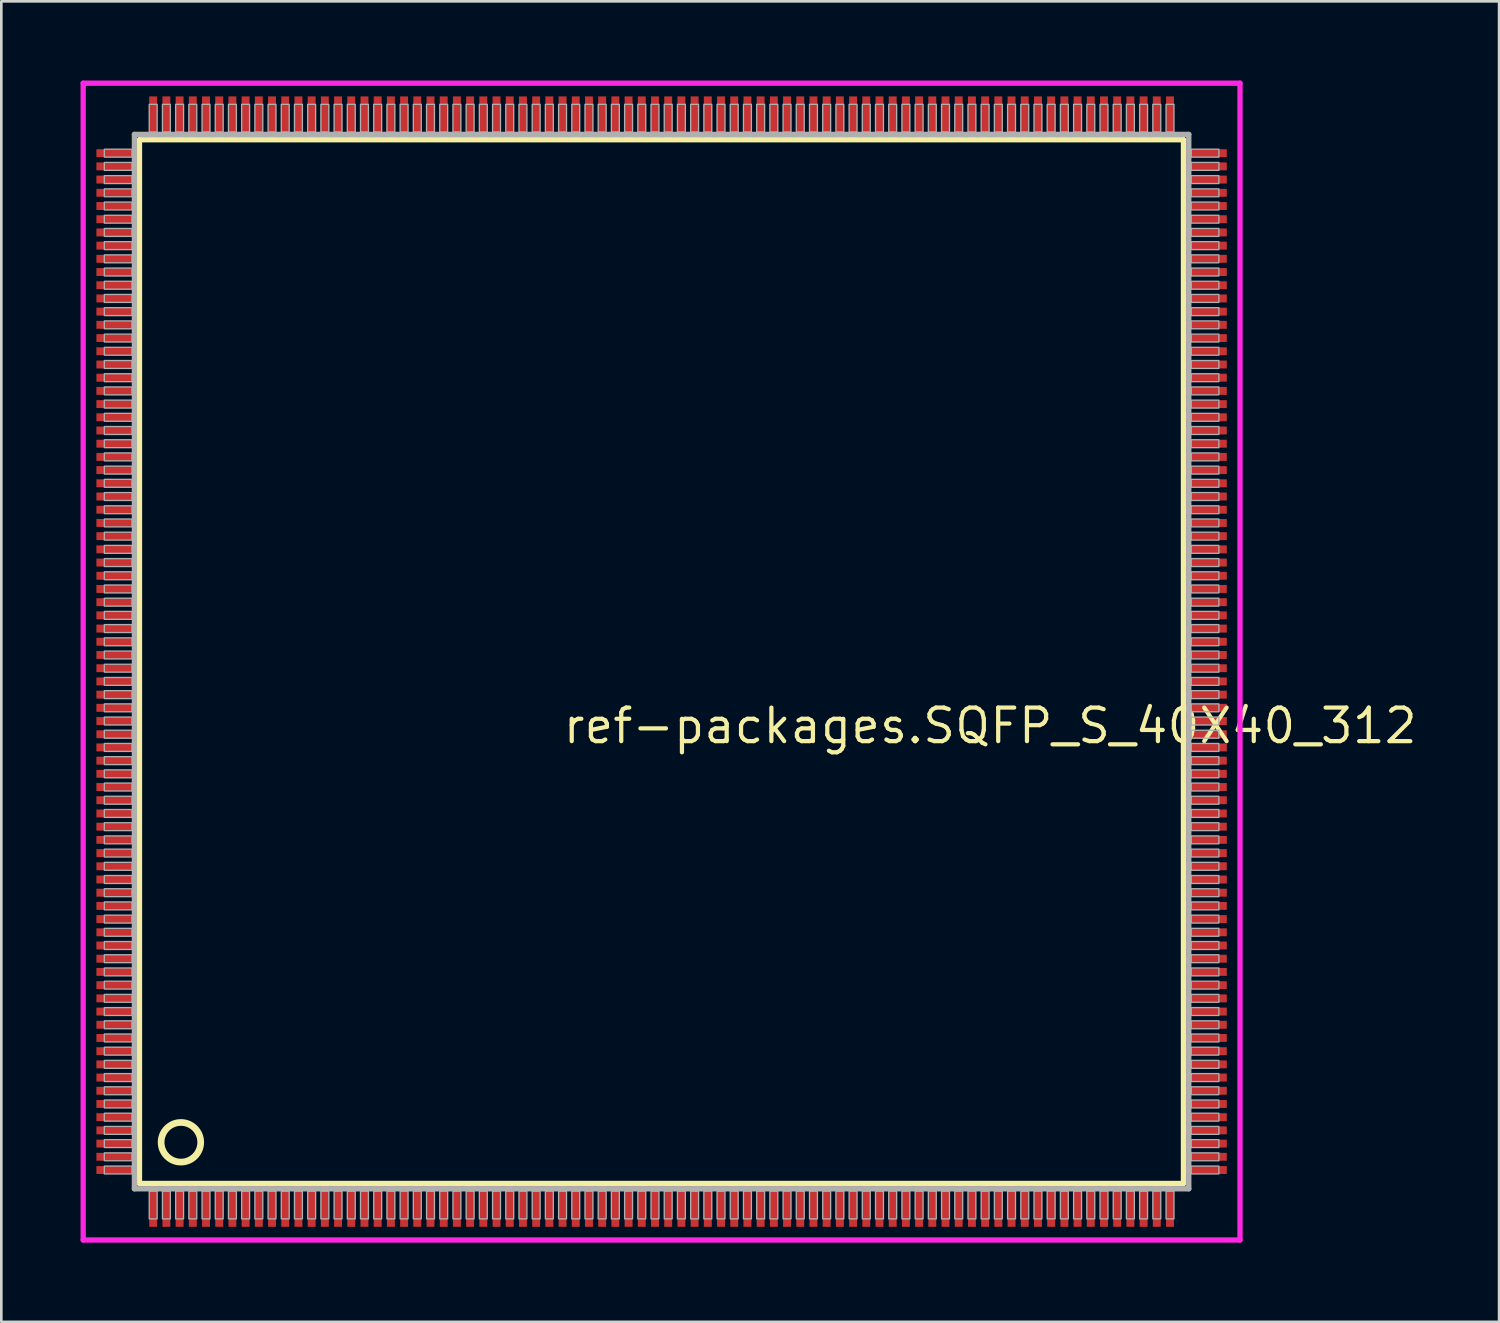
<source format=kicad_pcb>
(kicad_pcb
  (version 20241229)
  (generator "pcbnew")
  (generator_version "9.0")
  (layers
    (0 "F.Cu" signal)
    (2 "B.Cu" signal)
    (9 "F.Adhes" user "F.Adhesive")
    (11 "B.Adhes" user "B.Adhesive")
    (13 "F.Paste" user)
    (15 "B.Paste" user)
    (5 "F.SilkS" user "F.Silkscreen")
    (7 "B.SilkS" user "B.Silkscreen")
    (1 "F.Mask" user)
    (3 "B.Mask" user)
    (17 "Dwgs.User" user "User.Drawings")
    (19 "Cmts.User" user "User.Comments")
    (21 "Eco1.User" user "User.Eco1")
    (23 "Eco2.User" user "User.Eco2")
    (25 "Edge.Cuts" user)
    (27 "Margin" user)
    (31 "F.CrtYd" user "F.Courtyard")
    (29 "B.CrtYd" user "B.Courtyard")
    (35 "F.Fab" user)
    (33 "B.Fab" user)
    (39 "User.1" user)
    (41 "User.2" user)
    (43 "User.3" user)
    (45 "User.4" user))
  (footprint "ref-packages.SQFP_S_40X40_312"
    (layer "F.Cu")
    (at 22 22)
    (property "Reference" "ref-packages.SQFP_S_40X40_312" (at -3.81 3.175 0) (layer "F.SilkS") (effects (font (size 1.27 1.27) (thickness 0.16)) (justify left bottom)))
    (attr smd)
    (fp_line (start -19.77 -19.76) (end 19.76 -19.76) (stroke (width 0.203) (type default)) (layer "F.SilkS"))
    (fp_line (start -19.77 19.76) (end -19.77 -19.76) (stroke (width 0.203) (type default)) (layer "F.SilkS"))
    (fp_line (start 19.76 19.76) (end -19.77 19.76) (stroke (width 0.203) (type default)) (layer "F.SilkS"))
    (fp_line (start 19.76 -19.76) (end 19.76 19.76) (stroke (width 0.203) (type default)) (layer "F.SilkS"))
    (fp_circle (center -18.2 18.2) (end -17.45 18.2) (stroke (width 0.254) (type default)) (fill no) (layer "F.SilkS"))
    (fp_line (start -21.9 -21.9) (end 21.9 -21.9) (stroke (width 0.2) (type default)) (layer "F.CrtYd"))
    (fp_line (start -21.9 21.9) (end -21.9 -21.9) (stroke (width 0.2) (type default)) (layer "F.CrtYd"))
    (fp_line (start 21.9 -21.9) (end 21.9 21.9) (stroke (width 0.2) (type default)) (layer "F.CrtYd"))
    (fp_line (start 21.9 21.9) (end -21.9 21.9) (stroke (width 0.2) (type default)) (layer "F.CrtYd"))
    (fp_line (start -19.96 -19.96) (end -19.96 19.96) (stroke (width 0.203) (type default)) (layer "F.Fab"))
    (fp_line (start -19.96 19.96) (end 19.96 19.96) (stroke (width 0.203) (type default)) (layer "F.Fab"))
    (fp_line (start 19.96 -19.96) (end -19.96 -19.96) (stroke (width 0.203) (type default)) (layer "F.Fab"))
    (fp_line (start 19.96 19.96) (end 19.96 -19.96) (stroke (width 0.203) (type default)) (layer "F.Fab"))
    (fp_rect (start -21.1 -19.1) (end -20.05 -19.4) (stroke (width 0.05) (type default)) (fill no) (layer "F.Fab"))
    (fp_rect (start -21.1 -18.6) (end -20.05 -18.9) (stroke (width 0.05) (type default)) (fill no) (layer "F.Fab"))
    (fp_rect (start -21.1 -18.1) (end -20.05 -18.4) (stroke (width 0.05) (type default)) (fill no) (layer "F.Fab"))
    (fp_rect (start -21.1 -17.6) (end -20.05 -17.9) (stroke (width 0.05) (type default)) (fill no) (layer "F.Fab"))
    (fp_rect (start -21.1 -17.1) (end -20.05 -17.4) (stroke (width 0.05) (type default)) (fill no) (layer "F.Fab"))
    (fp_rect (start -21.1 -16.6) (end -20.05 -16.9) (stroke (width 0.05) (type default)) (fill no) (layer "F.Fab"))
    (fp_rect (start -21.1 -16.1) (end -20.05 -16.4) (stroke (width 0.05) (type default)) (fill no) (layer "F.Fab"))
    (fp_rect (start -21.1 -15.6) (end -20.05 -15.9) (stroke (width 0.05) (type default)) (fill no) (layer "F.Fab"))
    (fp_rect (start -21.1 -15.1) (end -20.05 -15.4) (stroke (width 0.05) (type default)) (fill no) (layer "F.Fab"))
    (fp_rect (start -21.1 -14.6) (end -20.05 -14.9) (stroke (width 0.05) (type default)) (fill no) (layer "F.Fab"))
    (fp_rect (start -21.1 -14.1) (end -20.05 -14.4) (stroke (width 0.05) (type default)) (fill no) (layer "F.Fab"))
    (fp_rect (start -21.1 -13.6) (end -20.05 -13.9) (stroke (width 0.05) (type default)) (fill no) (layer "F.Fab"))
    (fp_rect (start -21.1 -13.1) (end -20.05 -13.4) (stroke (width 0.05) (type default)) (fill no) (layer "F.Fab"))
    (fp_rect (start -21.1 -12.6) (end -20.05 -12.9) (stroke (width 0.05) (type default)) (fill no) (layer "F.Fab"))
    (fp_rect (start -21.1 -12.1) (end -20.05 -12.4) (stroke (width 0.05) (type default)) (fill no) (layer "F.Fab"))
    (fp_rect (start -21.1 -11.6) (end -20.05 -11.9) (stroke (width 0.05) (type default)) (fill no) (layer "F.Fab"))
    (fp_rect (start -21.1 -11.1) (end -20.05 -11.4) (stroke (width 0.05) (type default)) (fill no) (layer "F.Fab"))
    (fp_rect (start -21.1 -10.6) (end -20.05 -10.9) (stroke (width 0.05) (type default)) (fill no) (layer "F.Fab"))
    (fp_rect (start -21.1 -10.1) (end -20.05 -10.4) (stroke (width 0.05) (type default)) (fill no) (layer "F.Fab"))
    (fp_rect (start -21.1 -9.6) (end -20.05 -9.9) (stroke (width 0.05) (type default)) (fill no) (layer "F.Fab"))
    (fp_rect (start -21.1 -9.1) (end -20.05 -9.4) (stroke (width 0.05) (type default)) (fill no) (layer "F.Fab"))
    (fp_rect (start -21.1 -8.6) (end -20.05 -8.9) (stroke (width 0.05) (type default)) (fill no) (layer "F.Fab"))
    (fp_rect (start -21.1 -8.1) (end -20.05 -8.4) (stroke (width 0.05) (type default)) (fill no) (layer "F.Fab"))
    (fp_rect (start -21.1 -7.6) (end -20.05 -7.9) (stroke (width 0.05) (type default)) (fill no) (layer "F.Fab"))
    (fp_rect (start -21.1 -7.1) (end -20.05 -7.4) (stroke (width 0.05) (type default)) (fill no) (layer "F.Fab"))
    (fp_rect (start -21.1 -6.6) (end -20.05 -6.9) (stroke (width 0.05) (type default)) (fill no) (layer "F.Fab"))
    (fp_rect (start -21.1 -6.1) (end -20.05 -6.4) (stroke (width 0.05) (type default)) (fill no) (layer "F.Fab"))
    (fp_rect (start -21.1 -5.6) (end -20.05 -5.9) (stroke (width 0.05) (type default)) (fill no) (layer "F.Fab"))
    (fp_rect (start -21.1 -5.1) (end -20.05 -5.4) (stroke (width 0.05) (type default)) (fill no) (layer "F.Fab"))
    (fp_rect (start -21.1 -4.6) (end -20.05 -4.9) (stroke (width 0.05) (type default)) (fill no) (layer "F.Fab"))
    (fp_rect (start -21.1 -4.1) (end -20.05 -4.4) (stroke (width 0.05) (type default)) (fill no) (layer "F.Fab"))
    (fp_rect (start -21.1 -3.6) (end -20.05 -3.9) (stroke (width 0.05) (type default)) (fill no) (layer "F.Fab"))
    (fp_rect (start -21.1 -3.1) (end -20.05 -3.4) (stroke (width 0.05) (type default)) (fill no) (layer "F.Fab"))
    (fp_rect (start -21.1 -2.6) (end -20.05 -2.9) (stroke (width 0.05) (type default)) (fill no) (layer "F.Fab"))
    (fp_rect (start -21.1 -2.1) (end -20.05 -2.4) (stroke (width 0.05) (type default)) (fill no) (layer "F.Fab"))
    (fp_rect (start -21.1 -1.6) (end -20.05 -1.9) (stroke (width 0.05) (type default)) (fill no) (layer "F.Fab"))
    (fp_rect (start -21.1 -1.1) (end -20.05 -1.4) (stroke (width 0.05) (type default)) (fill no) (layer "F.Fab"))
    (fp_rect (start -21.1 -0.6) (end -20.05 -0.9) (stroke (width 0.05) (type default)) (fill no) (layer "F.Fab"))
    (fp_rect (start -21.1 -0.1) (end -20.05 -0.4) (stroke (width 0.05) (type default)) (fill no) (layer "F.Fab"))
    (fp_rect (start -21.1 0.4) (end -20.05 0.1) (stroke (width 0.05) (type default)) (fill no) (layer "F.Fab"))
    (fp_rect (start -21.1 0.9) (end -20.05 0.6) (stroke (width 0.05) (type default)) (fill no) (layer "F.Fab"))
    (fp_rect (start -21.1 1.4) (end -20.05 1.1) (stroke (width 0.05) (type default)) (fill no) (layer "F.Fab"))
    (fp_rect (start -21.1 1.9) (end -20.05 1.6) (stroke (width 0.05) (type default)) (fill no) (layer "F.Fab"))
    (fp_rect (start -21.1 2.4) (end -20.05 2.1) (stroke (width 0.05) (type default)) (fill no) (layer "F.Fab"))
    (fp_rect (start -21.1 2.9) (end -20.05 2.6) (stroke (width 0.05) (type default)) (fill no) (layer "F.Fab"))
    (fp_rect (start -21.1 3.4) (end -20.05 3.1) (stroke (width 0.05) (type default)) (fill no) (layer "F.Fab"))
    (fp_rect (start -21.1 3.9) (end -20.05 3.6) (stroke (width 0.05) (type default)) (fill no) (layer "F.Fab"))
    (fp_rect (start -21.1 4.4) (end -20.05 4.1) (stroke (width 0.05) (type default)) (fill no) (layer "F.Fab"))
    (fp_rect (start -21.1 4.9) (end -20.05 4.6) (stroke (width 0.05) (type default)) (fill no) (layer "F.Fab"))
    (fp_rect (start -21.1 5.4) (end -20.05 5.1) (stroke (width 0.05) (type default)) (fill no) (layer "F.Fab"))
    (fp_rect (start -21.1 5.9) (end -20.05 5.6) (stroke (width 0.05) (type default)) (fill no) (layer "F.Fab"))
    (fp_rect (start -21.1 6.4) (end -20.05 6.1) (stroke (width 0.05) (type default)) (fill no) (layer "F.Fab"))
    (fp_rect (start -21.1 6.9) (end -20.05 6.6) (stroke (width 0.05) (type default)) (fill no) (layer "F.Fab"))
    (fp_rect (start -21.1 7.4) (end -20.05 7.1) (stroke (width 0.05) (type default)) (fill no) (layer "F.Fab"))
    (fp_rect (start -21.1 7.9) (end -20.05 7.6) (stroke (width 0.05) (type default)) (fill no) (layer "F.Fab"))
    (fp_rect (start -21.1 8.4) (end -20.05 8.1) (stroke (width 0.05) (type default)) (fill no) (layer "F.Fab"))
    (fp_rect (start -21.1 8.9) (end -20.05 8.6) (stroke (width 0.05) (type default)) (fill no) (layer "F.Fab"))
    (fp_rect (start -21.1 9.4) (end -20.05 9.1) (stroke (width 0.05) (type default)) (fill no) (layer "F.Fab"))
    (fp_rect (start -21.1 9.9) (end -20.05 9.6) (stroke (width 0.05) (type default)) (fill no) (layer "F.Fab"))
    (fp_rect (start -21.1 10.4) (end -20.05 10.1) (stroke (width 0.05) (type default)) (fill no) (layer "F.Fab"))
    (fp_rect (start -21.1 10.9) (end -20.05 10.6) (stroke (width 0.05) (type default)) (fill no) (layer "F.Fab"))
    (fp_rect (start -21.1 11.4) (end -20.05 11.1) (stroke (width 0.05) (type default)) (fill no) (layer "F.Fab"))
    (fp_rect (start -21.1 11.9) (end -20.05 11.6) (stroke (width 0.05) (type default)) (fill no) (layer "F.Fab"))
    (fp_rect (start -21.1 12.4) (end -20.05 12.1) (stroke (width 0.05) (type default)) (fill no) (layer "F.Fab"))
    (fp_rect (start -21.1 12.9) (end -20.05 12.6) (stroke (width 0.05) (type default)) (fill no) (layer "F.Fab"))
    (fp_rect (start -21.1 13.4) (end -20.05 13.1) (stroke (width 0.05) (type default)) (fill no) (layer "F.Fab"))
    (fp_rect (start -21.1 13.9) (end -20.05 13.6) (stroke (width 0.05) (type default)) (fill no) (layer "F.Fab"))
    (fp_rect (start -21.1 14.4) (end -20.05 14.1) (stroke (width 0.05) (type default)) (fill no) (layer "F.Fab"))
    (fp_rect (start -21.1 14.9) (end -20.05 14.6) (stroke (width 0.05) (type default)) (fill no) (layer "F.Fab"))
    (fp_rect (start -21.1 15.4) (end -20.05 15.1) (stroke (width 0.05) (type default)) (fill no) (layer "F.Fab"))
    (fp_rect (start -21.1 15.9) (end -20.05 15.6) (stroke (width 0.05) (type default)) (fill no) (layer "F.Fab"))
    (fp_rect (start -21.1 16.4) (end -20.05 16.1) (stroke (width 0.05) (type default)) (fill no) (layer "F.Fab"))
    (fp_rect (start -21.1 16.9) (end -20.05 16.6) (stroke (width 0.05) (type default)) (fill no) (layer "F.Fab"))
    (fp_rect (start -21.1 17.4) (end -20.05 17.1) (stroke (width 0.05) (type default)) (fill no) (layer "F.Fab"))
    (fp_rect (start -21.1 17.9) (end -20.05 17.6) (stroke (width 0.05) (type default)) (fill no) (layer "F.Fab"))
    (fp_rect (start -21.1 18.4) (end -20.05 18.1) (stroke (width 0.05) (type default)) (fill no) (layer "F.Fab"))
    (fp_rect (start -21.1 18.9) (end -20.05 18.6) (stroke (width 0.05) (type default)) (fill no) (layer "F.Fab"))
    (fp_rect (start -21.1 19.4) (end -20.05 19.1) (stroke (width 0.05) (type default)) (fill no) (layer "F.Fab"))
    (fp_rect (start -19.4 -20.05) (end -19.1 -21.1) (stroke (width 0.05) (type default)) (fill no) (layer "F.Fab"))
    (fp_rect (start -19.4 21.1) (end -19.1 20.05) (stroke (width 0.05) (type default)) (fill no) (layer "F.Fab"))
    (fp_rect (start -18.9 -20.05) (end -18.6 -21.1) (stroke (width 0.05) (type default)) (fill no) (layer "F.Fab"))
    (fp_rect (start -18.9 21.1) (end -18.6 20.05) (stroke (width 0.05) (type default)) (fill no) (layer "F.Fab"))
    (fp_rect (start -18.4 -20.05) (end -18.1 -21.1) (stroke (width 0.05) (type default)) (fill no) (layer "F.Fab"))
    (fp_rect (start -18.4 21.1) (end -18.1 20.05) (stroke (width 0.05) (type default)) (fill no) (layer "F.Fab"))
    (fp_rect (start -17.9 -20.05) (end -17.6 -21.1) (stroke (width 0.05) (type default)) (fill no) (layer "F.Fab"))
    (fp_rect (start -17.9 21.1) (end -17.6 20.05) (stroke (width 0.05) (type default)) (fill no) (layer "F.Fab"))
    (fp_rect (start -17.4 -20.05) (end -17.1 -21.1) (stroke (width 0.05) (type default)) (fill no) (layer "F.Fab"))
    (fp_rect (start -17.4 21.1) (end -17.1 20.05) (stroke (width 0.05) (type default)) (fill no) (layer "F.Fab"))
    (fp_rect (start -16.9 -20.05) (end -16.6 -21.1) (stroke (width 0.05) (type default)) (fill no) (layer "F.Fab"))
    (fp_rect (start -16.9 21.1) (end -16.6 20.05) (stroke (width 0.05) (type default)) (fill no) (layer "F.Fab"))
    (fp_rect (start -16.4 -20.05) (end -16.1 -21.1) (stroke (width 0.05) (type default)) (fill no) (layer "F.Fab"))
    (fp_rect (start -16.4 21.1) (end -16.1 20.05) (stroke (width 0.05) (type default)) (fill no) (layer "F.Fab"))
    (fp_rect (start -15.9 -20.05) (end -15.6 -21.1) (stroke (width 0.05) (type default)) (fill no) (layer "F.Fab"))
    (fp_rect (start -15.9 21.1) (end -15.6 20.05) (stroke (width 0.05) (type default)) (fill no) (layer "F.Fab"))
    (fp_rect (start -15.4 -20.05) (end -15.1 -21.1) (stroke (width 0.05) (type default)) (fill no) (layer "F.Fab"))
    (fp_rect (start -15.4 21.1) (end -15.1 20.05) (stroke (width 0.05) (type default)) (fill no) (layer "F.Fab"))
    (fp_rect (start -14.9 -20.05) (end -14.6 -21.1) (stroke (width 0.05) (type default)) (fill no) (layer "F.Fab"))
    (fp_rect (start -14.9 21.1) (end -14.6 20.05) (stroke (width 0.05) (type default)) (fill no) (layer "F.Fab"))
    (fp_rect (start -14.4 -20.05) (end -14.1 -21.1) (stroke (width 0.05) (type default)) (fill no) (layer "F.Fab"))
    (fp_rect (start -14.4 21.1) (end -14.1 20.05) (stroke (width 0.05) (type default)) (fill no) (layer "F.Fab"))
    (fp_rect (start -13.9 -20.05) (end -13.6 -21.1) (stroke (width 0.05) (type default)) (fill no) (layer "F.Fab"))
    (fp_rect (start -13.9 21.1) (end -13.6 20.05) (stroke (width 0.05) (type default)) (fill no) (layer "F.Fab"))
    (fp_rect (start -13.4 -20.05) (end -13.1 -21.1) (stroke (width 0.05) (type default)) (fill no) (layer "F.Fab"))
    (fp_rect (start -13.4 21.1) (end -13.1 20.05) (stroke (width 0.05) (type default)) (fill no) (layer "F.Fab"))
    (fp_rect (start -12.9 -20.05) (end -12.6 -21.1) (stroke (width 0.05) (type default)) (fill no) (layer "F.Fab"))
    (fp_rect (start -12.9 21.1) (end -12.6 20.05) (stroke (width 0.05) (type default)) (fill no) (layer "F.Fab"))
    (fp_rect (start -12.4 -20.05) (end -12.1 -21.1) (stroke (width 0.05) (type default)) (fill no) (layer "F.Fab"))
    (fp_rect (start -12.4 21.1) (end -12.1 20.05) (stroke (width 0.05) (type default)) (fill no) (layer "F.Fab"))
    (fp_rect (start -11.9 -20.05) (end -11.6 -21.1) (stroke (width 0.05) (type default)) (fill no) (layer "F.Fab"))
    (fp_rect (start -11.9 21.1) (end -11.6 20.05) (stroke (width 0.05) (type default)) (fill no) (layer "F.Fab"))
    (fp_rect (start -11.4 -20.05) (end -11.1 -21.1) (stroke (width 0.05) (type default)) (fill no) (layer "F.Fab"))
    (fp_rect (start -11.4 21.1) (end -11.1 20.05) (stroke (width 0.05) (type default)) (fill no) (layer "F.Fab"))
    (fp_rect (start -10.9 -20.05) (end -10.6 -21.1) (stroke (width 0.05) (type default)) (fill no) (layer "F.Fab"))
    (fp_rect (start -10.9 21.1) (end -10.6 20.05) (stroke (width 0.05) (type default)) (fill no) (layer "F.Fab"))
    (fp_rect (start -10.4 -20.05) (end -10.1 -21.1) (stroke (width 0.05) (type default)) (fill no) (layer "F.Fab"))
    (fp_rect (start -10.4 21.1) (end -10.1 20.05) (stroke (width 0.05) (type default)) (fill no) (layer "F.Fab"))
    (fp_rect (start -9.9 -20.05) (end -9.6 -21.1) (stroke (width 0.05) (type default)) (fill no) (layer "F.Fab"))
    (fp_rect (start -9.9 21.1) (end -9.6 20.05) (stroke (width 0.05) (type default)) (fill no) (layer "F.Fab"))
    (fp_rect (start -9.4 -20.05) (end -9.1 -21.1) (stroke (width 0.05) (type default)) (fill no) (layer "F.Fab"))
    (fp_rect (start -9.4 21.1) (end -9.1 20.05) (stroke (width 0.05) (type default)) (fill no) (layer "F.Fab"))
    (fp_rect (start -8.9 -20.05) (end -8.6 -21.1) (stroke (width 0.05) (type default)) (fill no) (layer "F.Fab"))
    (fp_rect (start -8.9 21.1) (end -8.6 20.05) (stroke (width 0.05) (type default)) (fill no) (layer "F.Fab"))
    (fp_rect (start -8.4 -20.05) (end -8.1 -21.1) (stroke (width 0.05) (type default)) (fill no) (layer "F.Fab"))
    (fp_rect (start -8.4 21.1) (end -8.1 20.05) (stroke (width 0.05) (type default)) (fill no) (layer "F.Fab"))
    (fp_rect (start -7.9 -20.05) (end -7.6 -21.1) (stroke (width 0.05) (type default)) (fill no) (layer "F.Fab"))
    (fp_rect (start -7.9 21.1) (end -7.6 20.05) (stroke (width 0.05) (type default)) (fill no) (layer "F.Fab"))
    (fp_rect (start -7.4 -20.05) (end -7.1 -21.1) (stroke (width 0.05) (type default)) (fill no) (layer "F.Fab"))
    (fp_rect (start -7.4 21.1) (end -7.1 20.05) (stroke (width 0.05) (type default)) (fill no) (layer "F.Fab"))
    (fp_rect (start -6.9 -20.05) (end -6.6 -21.1) (stroke (width 0.05) (type default)) (fill no) (layer "F.Fab"))
    (fp_rect (start -6.9 21.1) (end -6.6 20.05) (stroke (width 0.05) (type default)) (fill no) (layer "F.Fab"))
    (fp_rect (start -6.4 -20.05) (end -6.1 -21.1) (stroke (width 0.05) (type default)) (fill no) (layer "F.Fab"))
    (fp_rect (start -6.4 21.1) (end -6.1 20.05) (stroke (width 0.05) (type default)) (fill no) (layer "F.Fab"))
    (fp_rect (start -5.9 -20.05) (end -5.6 -21.1) (stroke (width 0.05) (type default)) (fill no) (layer "F.Fab"))
    (fp_rect (start -5.9 21.1) (end -5.6 20.05) (stroke (width 0.05) (type default)) (fill no) (layer "F.Fab"))
    (fp_rect (start -5.4 -20.05) (end -5.1 -21.1) (stroke (width 0.05) (type default)) (fill no) (layer "F.Fab"))
    (fp_rect (start -5.4 21.1) (end -5.1 20.05) (stroke (width 0.05) (type default)) (fill no) (layer "F.Fab"))
    (fp_rect (start -4.9 -20.05) (end -4.6 -21.1) (stroke (width 0.05) (type default)) (fill no) (layer "F.Fab"))
    (fp_rect (start -4.9 21.1) (end -4.6 20.05) (stroke (width 0.05) (type default)) (fill no) (layer "F.Fab"))
    (fp_rect (start -4.4 -20.05) (end -4.1 -21.1) (stroke (width 0.05) (type default)) (fill no) (layer "F.Fab"))
    (fp_rect (start -4.4 21.1) (end -4.1 20.05) (stroke (width 0.05) (type default)) (fill no) (layer "F.Fab"))
    (fp_rect (start -3.9 -20.05) (end -3.6 -21.1) (stroke (width 0.05) (type default)) (fill no) (layer "F.Fab"))
    (fp_rect (start -3.9 21.1) (end -3.6 20.05) (stroke (width 0.05) (type default)) (fill no) (layer "F.Fab"))
    (fp_rect (start -3.4 -20.05) (end -3.1 -21.1) (stroke (width 0.05) (type default)) (fill no) (layer "F.Fab"))
    (fp_rect (start -3.4 21.1) (end -3.1 20.05) (stroke (width 0.05) (type default)) (fill no) (layer "F.Fab"))
    (fp_rect (start -2.9 -20.05) (end -2.6 -21.1) (stroke (width 0.05) (type default)) (fill no) (layer "F.Fab"))
    (fp_rect (start -2.9 21.1) (end -2.6 20.05) (stroke (width 0.05) (type default)) (fill no) (layer "F.Fab"))
    (fp_rect (start -2.4 -20.05) (end -2.1 -21.1) (stroke (width 0.05) (type default)) (fill no) (layer "F.Fab"))
    (fp_rect (start -2.4 21.1) (end -2.1 20.05) (stroke (width 0.05) (type default)) (fill no) (layer "F.Fab"))
    (fp_rect (start -1.9 -20.05) (end -1.6 -21.1) (stroke (width 0.05) (type default)) (fill no) (layer "F.Fab"))
    (fp_rect (start -1.9 21.1) (end -1.6 20.05) (stroke (width 0.05) (type default)) (fill no) (layer "F.Fab"))
    (fp_rect (start -1.4 -20.05) (end -1.1 -21.1) (stroke (width 0.05) (type default)) (fill no) (layer "F.Fab"))
    (fp_rect (start -1.4 21.1) (end -1.1 20.05) (stroke (width 0.05) (type default)) (fill no) (layer "F.Fab"))
    (fp_rect (start -0.9 -20.05) (end -0.6 -21.1) (stroke (width 0.05) (type default)) (fill no) (layer "F.Fab"))
    (fp_rect (start -0.9 21.1) (end -0.6 20.05) (stroke (width 0.05) (type default)) (fill no) (layer "F.Fab"))
    (fp_rect (start -0.4 -20.05) (end -0.1 -21.1) (stroke (width 0.05) (type default)) (fill no) (layer "F.Fab"))
    (fp_rect (start -0.4 21.1) (end -0.1 20.05) (stroke (width 0.05) (type default)) (fill no) (layer "F.Fab"))
    (fp_rect (start 0.1 -20.05) (end 0.4 -21.1) (stroke (width 0.05) (type default)) (fill no) (layer "F.Fab"))
    (fp_rect (start 0.1 21.1) (end 0.4 20.05) (stroke (width 0.05) (type default)) (fill no) (layer "F.Fab"))
    (fp_rect (start 0.6 -20.05) (end 0.9 -21.1) (stroke (width 0.05) (type default)) (fill no) (layer "F.Fab"))
    (fp_rect (start 0.6 21.1) (end 0.9 20.05) (stroke (width 0.05) (type default)) (fill no) (layer "F.Fab"))
    (fp_rect (start 1.1 -20.05) (end 1.4 -21.1) (stroke (width 0.05) (type default)) (fill no) (layer "F.Fab"))
    (fp_rect (start 1.1 21.1) (end 1.4 20.05) (stroke (width 0.05) (type default)) (fill no) (layer "F.Fab"))
    (fp_rect (start 1.6 -20.05) (end 1.9 -21.1) (stroke (width 0.05) (type default)) (fill no) (layer "F.Fab"))
    (fp_rect (start 1.6 21.1) (end 1.9 20.05) (stroke (width 0.05) (type default)) (fill no) (layer "F.Fab"))
    (fp_rect (start 2.1 -20.05) (end 2.4 -21.1) (stroke (width 0.05) (type default)) (fill no) (layer "F.Fab"))
    (fp_rect (start 2.1 21.1) (end 2.4 20.05) (stroke (width 0.05) (type default)) (fill no) (layer "F.Fab"))
    (fp_rect (start 2.6 -20.05) (end 2.9 -21.1) (stroke (width 0.05) (type default)) (fill no) (layer "F.Fab"))
    (fp_rect (start 2.6 21.1) (end 2.9 20.05) (stroke (width 0.05) (type default)) (fill no) (layer "F.Fab"))
    (fp_rect (start 3.1 -20.05) (end 3.4 -21.1) (stroke (width 0.05) (type default)) (fill no) (layer "F.Fab"))
    (fp_rect (start 3.1 21.1) (end 3.4 20.05) (stroke (width 0.05) (type default)) (fill no) (layer "F.Fab"))
    (fp_rect (start 3.6 -20.05) (end 3.9 -21.1) (stroke (width 0.05) (type default)) (fill no) (layer "F.Fab"))
    (fp_rect (start 3.6 21.1) (end 3.9 20.05) (stroke (width 0.05) (type default)) (fill no) (layer "F.Fab"))
    (fp_rect (start 4.1 -20.05) (end 4.4 -21.1) (stroke (width 0.05) (type default)) (fill no) (layer "F.Fab"))
    (fp_rect (start 4.1 21.1) (end 4.4 20.05) (stroke (width 0.05) (type default)) (fill no) (layer "F.Fab"))
    (fp_rect (start 4.6 -20.05) (end 4.9 -21.1) (stroke (width 0.05) (type default)) (fill no) (layer "F.Fab"))
    (fp_rect (start 4.6 21.1) (end 4.9 20.05) (stroke (width 0.05) (type default)) (fill no) (layer "F.Fab"))
    (fp_rect (start 5.1 -20.05) (end 5.4 -21.1) (stroke (width 0.05) (type default)) (fill no) (layer "F.Fab"))
    (fp_rect (start 5.1 21.1) (end 5.4 20.05) (stroke (width 0.05) (type default)) (fill no) (layer "F.Fab"))
    (fp_rect (start 5.6 -20.05) (end 5.9 -21.1) (stroke (width 0.05) (type default)) (fill no) (layer "F.Fab"))
    (fp_rect (start 5.6 21.1) (end 5.9 20.05) (stroke (width 0.05) (type default)) (fill no) (layer "F.Fab"))
    (fp_rect (start 6.1 -20.05) (end 6.4 -21.1) (stroke (width 0.05) (type default)) (fill no) (layer "F.Fab"))
    (fp_rect (start 6.1 21.1) (end 6.4 20.05) (stroke (width 0.05) (type default)) (fill no) (layer "F.Fab"))
    (fp_rect (start 6.6 -20.05) (end 6.9 -21.1) (stroke (width 0.05) (type default)) (fill no) (layer "F.Fab"))
    (fp_rect (start 6.6 21.1) (end 6.9 20.05) (stroke (width 0.05) (type default)) (fill no) (layer "F.Fab"))
    (fp_rect (start 7.1 -20.05) (end 7.4 -21.1) (stroke (width 0.05) (type default)) (fill no) (layer "F.Fab"))
    (fp_rect (start 7.1 21.1) (end 7.4 20.05) (stroke (width 0.05) (type default)) (fill no) (layer "F.Fab"))
    (fp_rect (start 7.6 -20.05) (end 7.9 -21.1) (stroke (width 0.05) (type default)) (fill no) (layer "F.Fab"))
    (fp_rect (start 7.6 21.1) (end 7.9 20.05) (stroke (width 0.05) (type default)) (fill no) (layer "F.Fab"))
    (fp_rect (start 8.1 -20.05) (end 8.4 -21.1) (stroke (width 0.05) (type default)) (fill no) (layer "F.Fab"))
    (fp_rect (start 8.1 21.1) (end 8.4 20.05) (stroke (width 0.05) (type default)) (fill no) (layer "F.Fab"))
    (fp_rect (start 8.6 -20.05) (end 8.9 -21.1) (stroke (width 0.05) (type default)) (fill no) (layer "F.Fab"))
    (fp_rect (start 8.6 21.1) (end 8.9 20.05) (stroke (width 0.05) (type default)) (fill no) (layer "F.Fab"))
    (fp_rect (start 9.1 -20.05) (end 9.4 -21.1) (stroke (width 0.05) (type default)) (fill no) (layer "F.Fab"))
    (fp_rect (start 9.1 21.1) (end 9.4 20.05) (stroke (width 0.05) (type default)) (fill no) (layer "F.Fab"))
    (fp_rect (start 9.6 -20.05) (end 9.9 -21.1) (stroke (width 0.05) (type default)) (fill no) (layer "F.Fab"))
    (fp_rect (start 9.6 21.1) (end 9.9 20.05) (stroke (width 0.05) (type default)) (fill no) (layer "F.Fab"))
    (fp_rect (start 10.1 -20.05) (end 10.4 -21.1) (stroke (width 0.05) (type default)) (fill no) (layer "F.Fab"))
    (fp_rect (start 10.1 21.1) (end 10.4 20.05) (stroke (width 0.05) (type default)) (fill no) (layer "F.Fab"))
    (fp_rect (start 10.6 -20.05) (end 10.9 -21.1) (stroke (width 0.05) (type default)) (fill no) (layer "F.Fab"))
    (fp_rect (start 10.6 21.1) (end 10.9 20.05) (stroke (width 0.05) (type default)) (fill no) (layer "F.Fab"))
    (fp_rect (start 11.1 -20.05) (end 11.4 -21.1) (stroke (width 0.05) (type default)) (fill no) (layer "F.Fab"))
    (fp_rect (start 11.1 21.1) (end 11.4 20.05) (stroke (width 0.05) (type default)) (fill no) (layer "F.Fab"))
    (fp_rect (start 11.6 -20.05) (end 11.9 -21.1) (stroke (width 0.05) (type default)) (fill no) (layer "F.Fab"))
    (fp_rect (start 11.6 21.1) (end 11.9 20.05) (stroke (width 0.05) (type default)) (fill no) (layer "F.Fab"))
    (fp_rect (start 12.1 -20.05) (end 12.4 -21.1) (stroke (width 0.05) (type default)) (fill no) (layer "F.Fab"))
    (fp_rect (start 12.1 21.1) (end 12.4 20.05) (stroke (width 0.05) (type default)) (fill no) (layer "F.Fab"))
    (fp_rect (start 12.6 -20.05) (end 12.9 -21.1) (stroke (width 0.05) (type default)) (fill no) (layer "F.Fab"))
    (fp_rect (start 12.6 21.1) (end 12.9 20.05) (stroke (width 0.05) (type default)) (fill no) (layer "F.Fab"))
    (fp_rect (start 13.1 -20.05) (end 13.4 -21.1) (stroke (width 0.05) (type default)) (fill no) (layer "F.Fab"))
    (fp_rect (start 13.1 21.1) (end 13.4 20.05) (stroke (width 0.05) (type default)) (fill no) (layer "F.Fab"))
    (fp_rect (start 13.6 -20.05) (end 13.9 -21.1) (stroke (width 0.05) (type default)) (fill no) (layer "F.Fab"))
    (fp_rect (start 13.6 21.1) (end 13.9 20.05) (stroke (width 0.05) (type default)) (fill no) (layer "F.Fab"))
    (fp_rect (start 14.1 -20.05) (end 14.4 -21.1) (stroke (width 0.05) (type default)) (fill no) (layer "F.Fab"))
    (fp_rect (start 14.1 21.1) (end 14.4 20.05) (stroke (width 0.05) (type default)) (fill no) (layer "F.Fab"))
    (fp_rect (start 14.6 -20.05) (end 14.9 -21.1) (stroke (width 0.05) (type default)) (fill no) (layer "F.Fab"))
    (fp_rect (start 14.6 21.1) (end 14.9 20.05) (stroke (width 0.05) (type default)) (fill no) (layer "F.Fab"))
    (fp_rect (start 15.1 -20.05) (end 15.4 -21.1) (stroke (width 0.05) (type default)) (fill no) (layer "F.Fab"))
    (fp_rect (start 15.1 21.1) (end 15.4 20.05) (stroke (width 0.05) (type default)) (fill no) (layer "F.Fab"))
    (fp_rect (start 15.6 -20.05) (end 15.9 -21.1) (stroke (width 0.05) (type default)) (fill no) (layer "F.Fab"))
    (fp_rect (start 15.6 21.1) (end 15.9 20.05) (stroke (width 0.05) (type default)) (fill no) (layer "F.Fab"))
    (fp_rect (start 16.1 -20.05) (end 16.4 -21.1) (stroke (width 0.05) (type default)) (fill no) (layer "F.Fab"))
    (fp_rect (start 16.1 21.1) (end 16.4 20.05) (stroke (width 0.05) (type default)) (fill no) (layer "F.Fab"))
    (fp_rect (start 16.6 -20.05) (end 16.9 -21.1) (stroke (width 0.05) (type default)) (fill no) (layer "F.Fab"))
    (fp_rect (start 16.6 21.1) (end 16.9 20.05) (stroke (width 0.05) (type default)) (fill no) (layer "F.Fab"))
    (fp_rect (start 17.1 -20.05) (end 17.4 -21.1) (stroke (width 0.05) (type default)) (fill no) (layer "F.Fab"))
    (fp_rect (start 17.1 21.1) (end 17.4 20.05) (stroke (width 0.05) (type default)) (fill no) (layer "F.Fab"))
    (fp_rect (start 17.6 -20.05) (end 17.9 -21.1) (stroke (width 0.05) (type default)) (fill no) (layer "F.Fab"))
    (fp_rect (start 17.6 21.1) (end 17.9 20.05) (stroke (width 0.05) (type default)) (fill no) (layer "F.Fab"))
    (fp_rect (start 18.1 -20.05) (end 18.4 -21.1) (stroke (width 0.05) (type default)) (fill no) (layer "F.Fab"))
    (fp_rect (start 18.1 21.1) (end 18.4 20.05) (stroke (width 0.05) (type default)) (fill no) (layer "F.Fab"))
    (fp_rect (start 18.6 -20.05) (end 18.9 -21.1) (stroke (width 0.05) (type default)) (fill no) (layer "F.Fab"))
    (fp_rect (start 18.6 21.1) (end 18.9 20.05) (stroke (width 0.05) (type default)) (fill no) (layer "F.Fab"))
    (fp_rect (start 19.1 -20.05) (end 19.4 -21.1) (stroke (width 0.05) (type default)) (fill no) (layer "F.Fab"))
    (fp_rect (start 19.1 21.1) (end 19.4 20.05) (stroke (width 0.05) (type default)) (fill no) (layer "F.Fab"))
    (fp_rect (start 20.05 -19.1) (end 21.1 -19.4) (stroke (width 0.05) (type default)) (fill no) (layer "F.Fab"))
    (fp_rect (start 20.05 -18.6) (end 21.1 -18.9) (stroke (width 0.05) (type default)) (fill no) (layer "F.Fab"))
    (fp_rect (start 20.05 -18.1) (end 21.1 -18.4) (stroke (width 0.05) (type default)) (fill no) (layer "F.Fab"))
    (fp_rect (start 20.05 -17.6) (end 21.1 -17.9) (stroke (width 0.05) (type default)) (fill no) (layer "F.Fab"))
    (fp_rect (start 20.05 -17.1) (end 21.1 -17.4) (stroke (width 0.05) (type default)) (fill no) (layer "F.Fab"))
    (fp_rect (start 20.05 -16.6) (end 21.1 -16.9) (stroke (width 0.05) (type default)) (fill no) (layer "F.Fab"))
    (fp_rect (start 20.05 -16.1) (end 21.1 -16.4) (stroke (width 0.05) (type default)) (fill no) (layer "F.Fab"))
    (fp_rect (start 20.05 -15.6) (end 21.1 -15.9) (stroke (width 0.05) (type default)) (fill no) (layer "F.Fab"))
    (fp_rect (start 20.05 -15.1) (end 21.1 -15.4) (stroke (width 0.05) (type default)) (fill no) (layer "F.Fab"))
    (fp_rect (start 20.05 -14.6) (end 21.1 -14.9) (stroke (width 0.05) (type default)) (fill no) (layer "F.Fab"))
    (fp_rect (start 20.05 -14.1) (end 21.1 -14.4) (stroke (width 0.05) (type default)) (fill no) (layer "F.Fab"))
    (fp_rect (start 20.05 -13.6) (end 21.1 -13.9) (stroke (width 0.05) (type default)) (fill no) (layer "F.Fab"))
    (fp_rect (start 20.05 -13.1) (end 21.1 -13.4) (stroke (width 0.05) (type default)) (fill no) (layer "F.Fab"))
    (fp_rect (start 20.05 -12.6) (end 21.1 -12.9) (stroke (width 0.05) (type default)) (fill no) (layer "F.Fab"))
    (fp_rect (start 20.05 -12.1) (end 21.1 -12.4) (stroke (width 0.05) (type default)) (fill no) (layer "F.Fab"))
    (fp_rect (start 20.05 -11.6) (end 21.1 -11.9) (stroke (width 0.05) (type default)) (fill no) (layer "F.Fab"))
    (fp_rect (start 20.05 -11.1) (end 21.1 -11.4) (stroke (width 0.05) (type default)) (fill no) (layer "F.Fab"))
    (fp_rect (start 20.05 -10.6) (end 21.1 -10.9) (stroke (width 0.05) (type default)) (fill no) (layer "F.Fab"))
    (fp_rect (start 20.05 -10.1) (end 21.1 -10.4) (stroke (width 0.05) (type default)) (fill no) (layer "F.Fab"))
    (fp_rect (start 20.05 -9.6) (end 21.1 -9.9) (stroke (width 0.05) (type default)) (fill no) (layer "F.Fab"))
    (fp_rect (start 20.05 -9.1) (end 21.1 -9.4) (stroke (width 0.05) (type default)) (fill no) (layer "F.Fab"))
    (fp_rect (start 20.05 -8.6) (end 21.1 -8.9) (stroke (width 0.05) (type default)) (fill no) (layer "F.Fab"))
    (fp_rect (start 20.05 -8.1) (end 21.1 -8.4) (stroke (width 0.05) (type default)) (fill no) (layer "F.Fab"))
    (fp_rect (start 20.05 -7.6) (end 21.1 -7.9) (stroke (width 0.05) (type default)) (fill no) (layer "F.Fab"))
    (fp_rect (start 20.05 -7.1) (end 21.1 -7.4) (stroke (width 0.05) (type default)) (fill no) (layer "F.Fab"))
    (fp_rect (start 20.05 -6.6) (end 21.1 -6.9) (stroke (width 0.05) (type default)) (fill no) (layer "F.Fab"))
    (fp_rect (start 20.05 -6.1) (end 21.1 -6.4) (stroke (width 0.05) (type default)) (fill no) (layer "F.Fab"))
    (fp_rect (start 20.05 -5.6) (end 21.1 -5.9) (stroke (width 0.05) (type default)) (fill no) (layer "F.Fab"))
    (fp_rect (start 20.05 -5.1) (end 21.1 -5.4) (stroke (width 0.05) (type default)) (fill no) (layer "F.Fab"))
    (fp_rect (start 20.05 -4.6) (end 21.1 -4.9) (stroke (width 0.05) (type default)) (fill no) (layer "F.Fab"))
    (fp_rect (start 20.05 -4.1) (end 21.1 -4.4) (stroke (width 0.05) (type default)) (fill no) (layer "F.Fab"))
    (fp_rect (start 20.05 -3.6) (end 21.1 -3.9) (stroke (width 0.05) (type default)) (fill no) (layer "F.Fab"))
    (fp_rect (start 20.05 -3.1) (end 21.1 -3.4) (stroke (width 0.05) (type default)) (fill no) (layer "F.Fab"))
    (fp_rect (start 20.05 -2.6) (end 21.1 -2.9) (stroke (width 0.05) (type default)) (fill no) (layer "F.Fab"))
    (fp_rect (start 20.05 -2.1) (end 21.1 -2.4) (stroke (width 0.05) (type default)) (fill no) (layer "F.Fab"))
    (fp_rect (start 20.05 -1.6) (end 21.1 -1.9) (stroke (width 0.05) (type default)) (fill no) (layer "F.Fab"))
    (fp_rect (start 20.05 -1.1) (end 21.1 -1.4) (stroke (width 0.05) (type default)) (fill no) (layer "F.Fab"))
    (fp_rect (start 20.05 -0.6) (end 21.1 -0.9) (stroke (width 0.05) (type default)) (fill no) (layer "F.Fab"))
    (fp_rect (start 20.05 -0.1) (end 21.1 -0.4) (stroke (width 0.05) (type default)) (fill no) (layer "F.Fab"))
    (fp_rect (start 20.05 0.4) (end 21.1 0.1) (stroke (width 0.05) (type default)) (fill no) (layer "F.Fab"))
    (fp_rect (start 20.05 0.9) (end 21.1 0.6) (stroke (width 0.05) (type default)) (fill no) (layer "F.Fab"))
    (fp_rect (start 20.05 1.4) (end 21.1 1.1) (stroke (width 0.05) (type default)) (fill no) (layer "F.Fab"))
    (fp_rect (start 20.05 1.9) (end 21.1 1.6) (stroke (width 0.05) (type default)) (fill no) (layer "F.Fab"))
    (fp_rect (start 20.05 2.4) (end 21.1 2.1) (stroke (width 0.05) (type default)) (fill no) (layer "F.Fab"))
    (fp_rect (start 20.05 2.9) (end 21.1 2.6) (stroke (width 0.05) (type default)) (fill no) (layer "F.Fab"))
    (fp_rect (start 20.05 3.4) (end 21.1 3.1) (stroke (width 0.05) (type default)) (fill no) (layer "F.Fab"))
    (fp_rect (start 20.05 3.9) (end 21.1 3.6) (stroke (width 0.05) (type default)) (fill no) (layer "F.Fab"))
    (fp_rect (start 20.05 4.4) (end 21.1 4.1) (stroke (width 0.05) (type default)) (fill no) (layer "F.Fab"))
    (fp_rect (start 20.05 4.9) (end 21.1 4.6) (stroke (width 0.05) (type default)) (fill no) (layer "F.Fab"))
    (fp_rect (start 20.05 5.4) (end 21.1 5.1) (stroke (width 0.05) (type default)) (fill no) (layer "F.Fab"))
    (fp_rect (start 20.05 5.9) (end 21.1 5.6) (stroke (width 0.05) (type default)) (fill no) (layer "F.Fab"))
    (fp_rect (start 20.05 6.4) (end 21.1 6.1) (stroke (width 0.05) (type default)) (fill no) (layer "F.Fab"))
    (fp_rect (start 20.05 6.9) (end 21.1 6.6) (stroke (width 0.05) (type default)) (fill no) (layer "F.Fab"))
    (fp_rect (start 20.05 7.4) (end 21.1 7.1) (stroke (width 0.05) (type default)) (fill no) (layer "F.Fab"))
    (fp_rect (start 20.05 7.9) (end 21.1 7.6) (stroke (width 0.05) (type default)) (fill no) (layer "F.Fab"))
    (fp_rect (start 20.05 8.4) (end 21.1 8.1) (stroke (width 0.05) (type default)) (fill no) (layer "F.Fab"))
    (fp_rect (start 20.05 8.9) (end 21.1 8.6) (stroke (width 0.05) (type default)) (fill no) (layer "F.Fab"))
    (fp_rect (start 20.05 9.4) (end 21.1 9.1) (stroke (width 0.05) (type default)) (fill no) (layer "F.Fab"))
    (fp_rect (start 20.05 9.9) (end 21.1 9.6) (stroke (width 0.05) (type default)) (fill no) (layer "F.Fab"))
    (fp_rect (start 20.05 10.4) (end 21.1 10.1) (stroke (width 0.05) (type default)) (fill no) (layer "F.Fab"))
    (fp_rect (start 20.05 10.9) (end 21.1 10.6) (stroke (width 0.05) (type default)) (fill no) (layer "F.Fab"))
    (fp_rect (start 20.05 11.4) (end 21.1 11.1) (stroke (width 0.05) (type default)) (fill no) (layer "F.Fab"))
    (fp_rect (start 20.05 11.9) (end 21.1 11.6) (stroke (width 0.05) (type default)) (fill no) (layer "F.Fab"))
    (fp_rect (start 20.05 12.4) (end 21.1 12.1) (stroke (width 0.05) (type default)) (fill no) (layer "F.Fab"))
    (fp_rect (start 20.05 12.9) (end 21.1 12.6) (stroke (width 0.05) (type default)) (fill no) (layer "F.Fab"))
    (fp_rect (start 20.05 13.4) (end 21.1 13.1) (stroke (width 0.05) (type default)) (fill no) (layer "F.Fab"))
    (fp_rect (start 20.05 13.9) (end 21.1 13.6) (stroke (width 0.05) (type default)) (fill no) (layer "F.Fab"))
    (fp_rect (start 20.05 14.4) (end 21.1 14.1) (stroke (width 0.05) (type default)) (fill no) (layer "F.Fab"))
    (fp_rect (start 20.05 14.9) (end 21.1 14.6) (stroke (width 0.05) (type default)) (fill no) (layer "F.Fab"))
    (fp_rect (start 20.05 15.4) (end 21.1 15.1) (stroke (width 0.05) (type default)) (fill no) (layer "F.Fab"))
    (fp_rect (start 20.05 15.9) (end 21.1 15.6) (stroke (width 0.05) (type default)) (fill no) (layer "F.Fab"))
    (fp_rect (start 20.05 16.4) (end 21.1 16.1) (stroke (width 0.05) (type default)) (fill no) (layer "F.Fab"))
    (fp_rect (start 20.05 16.9) (end 21.1 16.6) (stroke (width 0.05) (type default)) (fill no) (layer "F.Fab"))
    (fp_rect (start 20.05 17.4) (end 21.1 17.1) (stroke (width 0.05) (type default)) (fill no) (layer "F.Fab"))
    (fp_rect (start 20.05 17.9) (end 21.1 17.6) (stroke (width 0.05) (type default)) (fill no) (layer "F.Fab"))
    (fp_rect (start 20.05 18.4) (end 21.1 18.1) (stroke (width 0.05) (type default)) (fill no) (layer "F.Fab"))
    (fp_rect (start 20.05 18.9) (end 21.1 18.6) (stroke (width 0.05) (type default)) (fill no) (layer "F.Fab"))
    (fp_rect (start 20.05 19.4) (end 21.1 19.1) (stroke (width 0.05) (type default)) (fill no) (layer "F.Fab"))
    (pad "1" smd roundrect (at -19.25 20.6) (size 0.3 1.6) (layers "F.Cu" "F.Mask" "F.Paste") (roundrect_rratio 0.01))
    (pad "2" smd roundrect (at -18.75 20.6) (size 0.3 1.6) (layers "F.Cu" "F.Mask" "F.Paste") (roundrect_rratio 0.01))
    (pad "3" smd roundrect (at -18.25 20.6) (size 0.3 1.6) (layers "F.Cu" "F.Mask" "F.Paste") (roundrect_rratio 0.01))
    (pad "4" smd roundrect (at -17.75 20.6) (size 0.3 1.6) (layers "F.Cu" "F.Mask" "F.Paste") (roundrect_rratio 0.01))
    (pad "5" smd roundrect (at -17.25 20.6) (size 0.3 1.6) (layers "F.Cu" "F.Mask" "F.Paste") (roundrect_rratio 0.01))
    (pad "6" smd roundrect (at -16.75 20.6) (size 0.3 1.6) (layers "F.Cu" "F.Mask" "F.Paste") (roundrect_rratio 0.01))
    (pad "7" smd roundrect (at -16.25 20.6) (size 0.3 1.6) (layers "F.Cu" "F.Mask" "F.Paste") (roundrect_rratio 0.01))
    (pad "8" smd roundrect (at -15.75 20.6) (size 0.3 1.6) (layers "F.Cu" "F.Mask" "F.Paste") (roundrect_rratio 0.01))
    (pad "9" smd roundrect (at -15.25 20.6) (size 0.3 1.6) (layers "F.Cu" "F.Mask" "F.Paste") (roundrect_rratio 0.01))
    (pad "10" smd roundrect (at -14.75 20.6) (size 0.3 1.6) (layers "F.Cu" "F.Mask" "F.Paste") (roundrect_rratio 0.01))
    (pad "11" smd roundrect (at -14.25 20.6) (size 0.3 1.6) (layers "F.Cu" "F.Mask" "F.Paste") (roundrect_rratio 0.01))
    (pad "12" smd roundrect (at -13.75 20.6) (size 0.3 1.6) (layers "F.Cu" "F.Mask" "F.Paste") (roundrect_rratio 0.01))
    (pad "13" smd roundrect (at -13.25 20.6) (size 0.3 1.6) (layers "F.Cu" "F.Mask" "F.Paste") (roundrect_rratio 0.01))
    (pad "14" smd roundrect (at -12.75 20.6) (size 0.3 1.6) (layers "F.Cu" "F.Mask" "F.Paste") (roundrect_rratio 0.01))
    (pad "15" smd roundrect (at -12.25 20.6) (size 0.3 1.6) (layers "F.Cu" "F.Mask" "F.Paste") (roundrect_rratio 0.01))
    (pad "16" smd roundrect (at -11.75 20.6) (size 0.3 1.6) (layers "F.Cu" "F.Mask" "F.Paste") (roundrect_rratio 0.01))
    (pad "17" smd roundrect (at -11.25 20.6) (size 0.3 1.6) (layers "F.Cu" "F.Mask" "F.Paste") (roundrect_rratio 0.01))
    (pad "18" smd roundrect (at -10.75 20.6) (size 0.3 1.6) (layers "F.Cu" "F.Mask" "F.Paste") (roundrect_rratio 0.01))
    (pad "19" smd roundrect (at -10.25 20.6) (size 0.3 1.6) (layers "F.Cu" "F.Mask" "F.Paste") (roundrect_rratio 0.01))
    (pad "20" smd roundrect (at -9.75 20.6) (size 0.3 1.6) (layers "F.Cu" "F.Mask" "F.Paste") (roundrect_rratio 0.01))
    (pad "21" smd roundrect (at -9.25 20.6) (size 0.3 1.6) (layers "F.Cu" "F.Mask" "F.Paste") (roundrect_rratio 0.01))
    (pad "22" smd roundrect (at -8.75 20.6) (size 0.3 1.6) (layers "F.Cu" "F.Mask" "F.Paste") (roundrect_rratio 0.01))
    (pad "23" smd roundrect (at -8.25 20.6) (size 0.3 1.6) (layers "F.Cu" "F.Mask" "F.Paste") (roundrect_rratio 0.01))
    (pad "24" smd roundrect (at -7.75 20.6) (size 0.3 1.6) (layers "F.Cu" "F.Mask" "F.Paste") (roundrect_rratio 0.01))
    (pad "25" smd roundrect (at -7.25 20.6) (size 0.3 1.6) (layers "F.Cu" "F.Mask" "F.Paste") (roundrect_rratio 0.01))
    (pad "26" smd roundrect (at -6.75 20.6) (size 0.3 1.6) (layers "F.Cu" "F.Mask" "F.Paste") (roundrect_rratio 0.01))
    (pad "27" smd roundrect (at -6.25 20.6) (size 0.3 1.6) (layers "F.Cu" "F.Mask" "F.Paste") (roundrect_rratio 0.01))
    (pad "28" smd roundrect (at -5.75 20.6) (size 0.3 1.6) (layers "F.Cu" "F.Mask" "F.Paste") (roundrect_rratio 0.01))
    (pad "29" smd roundrect (at -5.25 20.6) (size 0.3 1.6) (layers "F.Cu" "F.Mask" "F.Paste") (roundrect_rratio 0.01))
    (pad "30" smd roundrect (at -4.75 20.6) (size 0.3 1.6) (layers "F.Cu" "F.Mask" "F.Paste") (roundrect_rratio 0.01))
    (pad "31" smd roundrect (at -4.25 20.6) (size 0.3 1.6) (layers "F.Cu" "F.Mask" "F.Paste") (roundrect_rratio 0.01))
    (pad "32" smd roundrect (at -3.75 20.6) (size 0.3 1.6) (layers "F.Cu" "F.Mask" "F.Paste") (roundrect_rratio 0.01))
    (pad "33" smd roundrect (at -3.25 20.6) (size 0.3 1.6) (layers "F.Cu" "F.Mask" "F.Paste") (roundrect_rratio 0.01))
    (pad "34" smd roundrect (at -2.75 20.6) (size 0.3 1.6) (layers "F.Cu" "F.Mask" "F.Paste") (roundrect_rratio 0.01))
    (pad "35" smd roundrect (at -2.25 20.6) (size 0.3 1.6) (layers "F.Cu" "F.Mask" "F.Paste") (roundrect_rratio 0.01))
    (pad "36" smd roundrect (at -1.75 20.6) (size 0.3 1.6) (layers "F.Cu" "F.Mask" "F.Paste") (roundrect_rratio 0.01))
    (pad "37" smd roundrect (at -1.25 20.6) (size 0.3 1.6) (layers "F.Cu" "F.Mask" "F.Paste") (roundrect_rratio 0.01))
    (pad "38" smd roundrect (at -0.75 20.6) (size 0.3 1.6) (layers "F.Cu" "F.Mask" "F.Paste") (roundrect_rratio 0.01))
    (pad "39" smd roundrect (at -0.25 20.6) (size 0.3 1.6) (layers "F.Cu" "F.Mask" "F.Paste") (roundrect_rratio 0.01))
    (pad "40" smd roundrect (at 0.25 20.6) (size 0.3 1.6) (layers "F.Cu" "F.Mask" "F.Paste") (roundrect_rratio 0.01))
    (pad "41" smd roundrect (at 0.75 20.6) (size 0.3 1.6) (layers "F.Cu" "F.Mask" "F.Paste") (roundrect_rratio 0.01))
    (pad "42" smd roundrect (at 1.25 20.6) (size 0.3 1.6) (layers "F.Cu" "F.Mask" "F.Paste") (roundrect_rratio 0.01))
    (pad "43" smd roundrect (at 1.75 20.6) (size 0.3 1.6) (layers "F.Cu" "F.Mask" "F.Paste") (roundrect_rratio 0.01))
    (pad "44" smd roundrect (at 2.25 20.6) (size 0.3 1.6) (layers "F.Cu" "F.Mask" "F.Paste") (roundrect_rratio 0.01))
    (pad "45" smd roundrect (at 2.75 20.6) (size 0.3 1.6) (layers "F.Cu" "F.Mask" "F.Paste") (roundrect_rratio 0.01))
    (pad "46" smd roundrect (at 3.25 20.6) (size 0.3 1.6) (layers "F.Cu" "F.Mask" "F.Paste") (roundrect_rratio 0.01))
    (pad "47" smd roundrect (at 3.75 20.6) (size 0.3 1.6) (layers "F.Cu" "F.Mask" "F.Paste") (roundrect_rratio 0.01))
    (pad "48" smd roundrect (at 4.25 20.6) (size 0.3 1.6) (layers "F.Cu" "F.Mask" "F.Paste") (roundrect_rratio 0.01))
    (pad "49" smd roundrect (at 4.75 20.6) (size 0.3 1.6) (layers "F.Cu" "F.Mask" "F.Paste") (roundrect_rratio 0.01))
    (pad "50" smd roundrect (at 5.25 20.6) (size 0.3 1.6) (layers "F.Cu" "F.Mask" "F.Paste") (roundrect_rratio 0.01))
    (pad "51" smd roundrect (at 5.75 20.6) (size 0.3 1.6) (layers "F.Cu" "F.Mask" "F.Paste") (roundrect_rratio 0.01))
    (pad "52" smd roundrect (at 6.25 20.6) (size 0.3 1.6) (layers "F.Cu" "F.Mask" "F.Paste") (roundrect_rratio 0.01))
    (pad "53" smd roundrect (at 6.75 20.6) (size 0.3 1.6) (layers "F.Cu" "F.Mask" "F.Paste") (roundrect_rratio 0.01))
    (pad "54" smd roundrect (at 7.25 20.6) (size 0.3 1.6) (layers "F.Cu" "F.Mask" "F.Paste") (roundrect_rratio 0.01))
    (pad "55" smd roundrect (at 7.75 20.6) (size 0.3 1.6) (layers "F.Cu" "F.Mask" "F.Paste") (roundrect_rratio 0.01))
    (pad "56" smd roundrect (at 8.25 20.6) (size 0.3 1.6) (layers "F.Cu" "F.Mask" "F.Paste") (roundrect_rratio 0.01))
    (pad "57" smd roundrect (at 8.75 20.6) (size 0.3 1.6) (layers "F.Cu" "F.Mask" "F.Paste") (roundrect_rratio 0.01))
    (pad "58" smd roundrect (at 9.25 20.6) (size 0.3 1.6) (layers "F.Cu" "F.Mask" "F.Paste") (roundrect_rratio 0.01))
    (pad "59" smd roundrect (at 9.75 20.6) (size 0.3 1.6) (layers "F.Cu" "F.Mask" "F.Paste") (roundrect_rratio 0.01))
    (pad "60" smd roundrect (at 10.25 20.6) (size 0.3 1.6) (layers "F.Cu" "F.Mask" "F.Paste") (roundrect_rratio 0.01))
    (pad "61" smd roundrect (at 10.75 20.6) (size 0.3 1.6) (layers "F.Cu" "F.Mask" "F.Paste") (roundrect_rratio 0.01))
    (pad "62" smd roundrect (at 11.25 20.6) (size 0.3 1.6) (layers "F.Cu" "F.Mask" "F.Paste") (roundrect_rratio 0.01))
    (pad "63" smd roundrect (at 11.75 20.6) (size 0.3 1.6) (layers "F.Cu" "F.Mask" "F.Paste") (roundrect_rratio 0.01))
    (pad "64" smd roundrect (at 12.25 20.6) (size 0.3 1.6) (layers "F.Cu" "F.Mask" "F.Paste") (roundrect_rratio 0.01))
    (pad "65" smd roundrect (at 12.75 20.6) (size 0.3 1.6) (layers "F.Cu" "F.Mask" "F.Paste") (roundrect_rratio 0.01))
    (pad "66" smd roundrect (at 13.25 20.6) (size 0.3 1.6) (layers "F.Cu" "F.Mask" "F.Paste") (roundrect_rratio 0.01))
    (pad "67" smd roundrect (at 13.75 20.6) (size 0.3 1.6) (layers "F.Cu" "F.Mask" "F.Paste") (roundrect_rratio 0.01))
    (pad "68" smd roundrect (at 14.25 20.6) (size 0.3 1.6) (layers "F.Cu" "F.Mask" "F.Paste") (roundrect_rratio 0.01))
    (pad "69" smd roundrect (at 14.75 20.6) (size 0.3 1.6) (layers "F.Cu" "F.Mask" "F.Paste") (roundrect_rratio 0.01))
    (pad "70" smd roundrect (at 15.25 20.6) (size 0.3 1.6) (layers "F.Cu" "F.Mask" "F.Paste") (roundrect_rratio 0.01))
    (pad "71" smd roundrect (at 15.75 20.6) (size 0.3 1.6) (layers "F.Cu" "F.Mask" "F.Paste") (roundrect_rratio 0.01))
    (pad "72" smd roundrect (at 16.25 20.6) (size 0.3 1.6) (layers "F.Cu" "F.Mask" "F.Paste") (roundrect_rratio 0.01))
    (pad "73" smd roundrect (at 16.75 20.6) (size 0.3 1.6) (layers "F.Cu" "F.Mask" "F.Paste") (roundrect_rratio 0.01))
    (pad "74" smd roundrect (at 17.25 20.6) (size 0.3 1.6) (layers "F.Cu" "F.Mask" "F.Paste") (roundrect_rratio 0.01))
    (pad "75" smd roundrect (at 17.75 20.6) (size 0.3 1.6) (layers "F.Cu" "F.Mask" "F.Paste") (roundrect_rratio 0.01))
    (pad "76" smd roundrect (at 18.25 20.6) (size 0.3 1.6) (layers "F.Cu" "F.Mask" "F.Paste") (roundrect_rratio 0.01))
    (pad "77" smd roundrect (at 18.75 20.6) (size 0.3 1.6) (layers "F.Cu" "F.Mask" "F.Paste") (roundrect_rratio 0.01))
    (pad "78" smd roundrect (at 19.25 20.6) (size 0.3 1.6) (layers "F.Cu" "F.Mask" "F.Paste") (roundrect_rratio 0.01))
    (pad "79" smd roundrect (at 20.6 19.25) (size 1.6 0.3) (layers "F.Cu" "F.Mask" "F.Paste") (roundrect_rratio 0.01))
    (pad "80" smd roundrect (at 20.6 18.75) (size 1.6 0.3) (layers "F.Cu" "F.Mask" "F.Paste") (roundrect_rratio 0.01))
    (pad "81" smd roundrect (at 20.6 18.25) (size 1.6 0.3) (layers "F.Cu" "F.Mask" "F.Paste") (roundrect_rratio 0.01))
    (pad "82" smd roundrect (at 20.6 17.75) (size 1.6 0.3) (layers "F.Cu" "F.Mask" "F.Paste") (roundrect_rratio 0.01))
    (pad "83" smd roundrect (at 20.6 17.25) (size 1.6 0.3) (layers "F.Cu" "F.Mask" "F.Paste") (roundrect_rratio 0.01))
    (pad "84" smd roundrect (at 20.6 16.75) (size 1.6 0.3) (layers "F.Cu" "F.Mask" "F.Paste") (roundrect_rratio 0.01))
    (pad "85" smd roundrect (at 20.6 16.25) (size 1.6 0.3) (layers "F.Cu" "F.Mask" "F.Paste") (roundrect_rratio 0.01))
    (pad "86" smd roundrect (at 20.6 15.75) (size 1.6 0.3) (layers "F.Cu" "F.Mask" "F.Paste") (roundrect_rratio 0.01))
    (pad "87" smd roundrect (at 20.6 15.25) (size 1.6 0.3) (layers "F.Cu" "F.Mask" "F.Paste") (roundrect_rratio 0.01))
    (pad "88" smd roundrect (at 20.6 14.75) (size 1.6 0.3) (layers "F.Cu" "F.Mask" "F.Paste") (roundrect_rratio 0.01))
    (pad "89" smd roundrect (at 20.6 14.25) (size 1.6 0.3) (layers "F.Cu" "F.Mask" "F.Paste") (roundrect_rratio 0.01))
    (pad "90" smd roundrect (at 20.6 13.75) (size 1.6 0.3) (layers "F.Cu" "F.Mask" "F.Paste") (roundrect_rratio 0.01))
    (pad "91" smd roundrect (at 20.6 13.25) (size 1.6 0.3) (layers "F.Cu" "F.Mask" "F.Paste") (roundrect_rratio 0.01))
    (pad "92" smd roundrect (at 20.6 12.75) (size 1.6 0.3) (layers "F.Cu" "F.Mask" "F.Paste") (roundrect_rratio 0.01))
    (pad "93" smd roundrect (at 20.6 12.25) (size 1.6 0.3) (layers "F.Cu" "F.Mask" "F.Paste") (roundrect_rratio 0.01))
    (pad "94" smd roundrect (at 20.6 11.75) (size 1.6 0.3) (layers "F.Cu" "F.Mask" "F.Paste") (roundrect_rratio 0.01))
    (pad "95" smd roundrect (at 20.6 11.25) (size 1.6 0.3) (layers "F.Cu" "F.Mask" "F.Paste") (roundrect_rratio 0.01))
    (pad "96" smd roundrect (at 20.6 10.75) (size 1.6 0.3) (layers "F.Cu" "F.Mask" "F.Paste") (roundrect_rratio 0.01))
    (pad "97" smd roundrect (at 20.6 10.25) (size 1.6 0.3) (layers "F.Cu" "F.Mask" "F.Paste") (roundrect_rratio 0.01))
    (pad "98" smd roundrect (at 20.6 9.75) (size 1.6 0.3) (layers "F.Cu" "F.Mask" "F.Paste") (roundrect_rratio 0.01))
    (pad "99" smd roundrect (at 20.6 9.25) (size 1.6 0.3) (layers "F.Cu" "F.Mask" "F.Paste") (roundrect_rratio 0.01))
    (pad "100" smd roundrect (at 20.6 8.75) (size 1.6 0.3) (layers "F.Cu" "F.Mask" "F.Paste") (roundrect_rratio 0.01))
    (pad "101" smd roundrect (at 20.6 8.25) (size 1.6 0.3) (layers "F.Cu" "F.Mask" "F.Paste") (roundrect_rratio 0.01))
    (pad "102" smd roundrect (at 20.6 7.75) (size 1.6 0.3) (layers "F.Cu" "F.Mask" "F.Paste") (roundrect_rratio 0.01))
    (pad "103" smd roundrect (at 20.6 7.25) (size 1.6 0.3) (layers "F.Cu" "F.Mask" "F.Paste") (roundrect_rratio 0.01))
    (pad "104" smd roundrect (at 20.6 6.75) (size 1.6 0.3) (layers "F.Cu" "F.Mask" "F.Paste") (roundrect_rratio 0.01))
    (pad "105" smd roundrect (at 20.6 6.25) (size 1.6 0.3) (layers "F.Cu" "F.Mask" "F.Paste") (roundrect_rratio 0.01))
    (pad "106" smd roundrect (at 20.6 5.75) (size 1.6 0.3) (layers "F.Cu" "F.Mask" "F.Paste") (roundrect_rratio 0.01))
    (pad "107" smd roundrect (at 20.6 5.25) (size 1.6 0.3) (layers "F.Cu" "F.Mask" "F.Paste") (roundrect_rratio 0.01))
    (pad "108" smd roundrect (at 20.6 4.75) (size 1.6 0.3) (layers "F.Cu" "F.Mask" "F.Paste") (roundrect_rratio 0.01))
    (pad "109" smd roundrect (at 20.6 4.25) (size 1.6 0.3) (layers "F.Cu" "F.Mask" "F.Paste") (roundrect_rratio 0.01))
    (pad "110" smd roundrect (at 20.6 3.75) (size 1.6 0.3) (layers "F.Cu" "F.Mask" "F.Paste") (roundrect_rratio 0.01))
    (pad "111" smd roundrect (at 20.6 3.25) (size 1.6 0.3) (layers "F.Cu" "F.Mask" "F.Paste") (roundrect_rratio 0.01))
    (pad "112" smd roundrect (at 20.6 2.75) (size 1.6 0.3) (layers "F.Cu" "F.Mask" "F.Paste") (roundrect_rratio 0.01))
    (pad "113" smd roundrect (at 20.6 2.25) (size 1.6 0.3) (layers "F.Cu" "F.Mask" "F.Paste") (roundrect_rratio 0.01))
    (pad "114" smd roundrect (at 20.6 1.75) (size 1.6 0.3) (layers "F.Cu" "F.Mask" "F.Paste") (roundrect_rratio 0.01))
    (pad "115" smd roundrect (at 20.6 1.25) (size 1.6 0.3) (layers "F.Cu" "F.Mask" "F.Paste") (roundrect_rratio 0.01))
    (pad "116" smd roundrect (at 20.6 0.75) (size 1.6 0.3) (layers "F.Cu" "F.Mask" "F.Paste") (roundrect_rratio 0.01))
    (pad "117" smd roundrect (at 20.6 0.25) (size 1.6 0.3) (layers "F.Cu" "F.Mask" "F.Paste") (roundrect_rratio 0.01))
    (pad "118" smd roundrect (at 20.6 -0.25) (size 1.6 0.3) (layers "F.Cu" "F.Mask" "F.Paste") (roundrect_rratio 0.01))
    (pad "119" smd roundrect (at 20.6 -0.75) (size 1.6 0.3) (layers "F.Cu" "F.Mask" "F.Paste") (roundrect_rratio 0.01))
    (pad "120" smd roundrect (at 20.6 -1.25) (size 1.6 0.3) (layers "F.Cu" "F.Mask" "F.Paste") (roundrect_rratio 0.01))
    (pad "121" smd roundrect (at 20.6 -1.75) (size 1.6 0.3) (layers "F.Cu" "F.Mask" "F.Paste") (roundrect_rratio 0.01))
    (pad "122" smd roundrect (at 20.6 -2.25) (size 1.6 0.3) (layers "F.Cu" "F.Mask" "F.Paste") (roundrect_rratio 0.01))
    (pad "123" smd roundrect (at 20.6 -2.75) (size 1.6 0.3) (layers "F.Cu" "F.Mask" "F.Paste") (roundrect_rratio 0.01))
    (pad "124" smd roundrect (at 20.6 -3.25) (size 1.6 0.3) (layers "F.Cu" "F.Mask" "F.Paste") (roundrect_rratio 0.01))
    (pad "125" smd roundrect (at 20.6 -3.75) (size 1.6 0.3) (layers "F.Cu" "F.Mask" "F.Paste") (roundrect_rratio 0.01))
    (pad "126" smd roundrect (at 20.6 -4.25) (size 1.6 0.3) (layers "F.Cu" "F.Mask" "F.Paste") (roundrect_rratio 0.01))
    (pad "127" smd roundrect (at 20.6 -4.75) (size 1.6 0.3) (layers "F.Cu" "F.Mask" "F.Paste") (roundrect_rratio 0.01))
    (pad "128" smd roundrect (at 20.6 -5.25) (size 1.6 0.3) (layers "F.Cu" "F.Mask" "F.Paste") (roundrect_rratio 0.01))
    (pad "129" smd roundrect (at 20.6 -5.75) (size 1.6 0.3) (layers "F.Cu" "F.Mask" "F.Paste") (roundrect_rratio 0.01))
    (pad "130" smd roundrect (at 20.6 -6.25) (size 1.6 0.3) (layers "F.Cu" "F.Mask" "F.Paste") (roundrect_rratio 0.01))
    (pad "131" smd roundrect (at 20.6 -6.75) (size 1.6 0.3) (layers "F.Cu" "F.Mask" "F.Paste") (roundrect_rratio 0.01))
    (pad "132" smd roundrect (at 20.6 -7.25) (size 1.6 0.3) (layers "F.Cu" "F.Mask" "F.Paste") (roundrect_rratio 0.01))
    (pad "133" smd roundrect (at 20.6 -7.75) (size 1.6 0.3) (layers "F.Cu" "F.Mask" "F.Paste") (roundrect_rratio 0.01))
    (pad "134" smd roundrect (at 20.6 -8.25) (size 1.6 0.3) (layers "F.Cu" "F.Mask" "F.Paste") (roundrect_rratio 0.01))
    (pad "135" smd roundrect (at 20.6 -8.75) (size 1.6 0.3) (layers "F.Cu" "F.Mask" "F.Paste") (roundrect_rratio 0.01))
    (pad "136" smd roundrect (at 20.6 -9.25) (size 1.6 0.3) (layers "F.Cu" "F.Mask" "F.Paste") (roundrect_rratio 0.01))
    (pad "137" smd roundrect (at 20.6 -9.75) (size 1.6 0.3) (layers "F.Cu" "F.Mask" "F.Paste") (roundrect_rratio 0.01))
    (pad "138" smd roundrect (at 20.6 -10.25) (size 1.6 0.3) (layers "F.Cu" "F.Mask" "F.Paste") (roundrect_rratio 0.01))
    (pad "139" smd roundrect (at 20.6 -10.75) (size 1.6 0.3) (layers "F.Cu" "F.Mask" "F.Paste") (roundrect_rratio 0.01))
    (pad "140" smd roundrect (at 20.6 -11.25) (size 1.6 0.3) (layers "F.Cu" "F.Mask" "F.Paste") (roundrect_rratio 0.01))
    (pad "141" smd roundrect (at 20.6 -11.75) (size 1.6 0.3) (layers "F.Cu" "F.Mask" "F.Paste") (roundrect_rratio 0.01))
    (pad "142" smd roundrect (at 20.6 -12.25) (size 1.6 0.3) (layers "F.Cu" "F.Mask" "F.Paste") (roundrect_rratio 0.01))
    (pad "143" smd roundrect (at 20.6 -12.75) (size 1.6 0.3) (layers "F.Cu" "F.Mask" "F.Paste") (roundrect_rratio 0.01))
    (pad "144" smd roundrect (at 20.6 -13.25) (size 1.6 0.3) (layers "F.Cu" "F.Mask" "F.Paste") (roundrect_rratio 0.01))
    (pad "145" smd roundrect (at 20.6 -13.75) (size 1.6 0.3) (layers "F.Cu" "F.Mask" "F.Paste") (roundrect_rratio 0.01))
    (pad "146" smd roundrect (at 20.6 -14.25) (size 1.6 0.3) (layers "F.Cu" "F.Mask" "F.Paste") (roundrect_rratio 0.01))
    (pad "147" smd roundrect (at 20.6 -14.75) (size 1.6 0.3) (layers "F.Cu" "F.Mask" "F.Paste") (roundrect_rratio 0.01))
    (pad "148" smd roundrect (at 20.6 -15.25) (size 1.6 0.3) (layers "F.Cu" "F.Mask" "F.Paste") (roundrect_rratio 0.01))
    (pad "149" smd roundrect (at 20.6 -15.75) (size 1.6 0.3) (layers "F.Cu" "F.Mask" "F.Paste") (roundrect_rratio 0.01))
    (pad "150" smd roundrect (at 20.6 -16.25) (size 1.6 0.3) (layers "F.Cu" "F.Mask" "F.Paste") (roundrect_rratio 0.01))
    (pad "151" smd roundrect (at 20.6 -16.75) (size 1.6 0.3) (layers "F.Cu" "F.Mask" "F.Paste") (roundrect_rratio 0.01))
    (pad "152" smd roundrect (at 20.6 -17.25) (size 1.6 0.3) (layers "F.Cu" "F.Mask" "F.Paste") (roundrect_rratio 0.01))
    (pad "153" smd roundrect (at 20.6 -17.75) (size 1.6 0.3) (layers "F.Cu" "F.Mask" "F.Paste") (roundrect_rratio 0.01))
    (pad "154" smd roundrect (at 20.6 -18.25) (size 1.6 0.3) (layers "F.Cu" "F.Mask" "F.Paste") (roundrect_rratio 0.01))
    (pad "155" smd roundrect (at 20.6 -18.75) (size 1.6 0.3) (layers "F.Cu" "F.Mask" "F.Paste") (roundrect_rratio 0.01))
    (pad "156" smd roundrect (at 20.6 -19.25) (size 1.6 0.3) (layers "F.Cu" "F.Mask" "F.Paste") (roundrect_rratio 0.01))
    (pad "157" smd roundrect (at 19.25 -20.6) (size 0.3 1.6) (layers "F.Cu" "F.Mask" "F.Paste") (roundrect_rratio 0.01))
    (pad "158" smd roundrect (at 18.75 -20.6) (size 0.3 1.6) (layers "F.Cu" "F.Mask" "F.Paste") (roundrect_rratio 0.01))
    (pad "159" smd roundrect (at 18.25 -20.6) (size 0.3 1.6) (layers "F.Cu" "F.Mask" "F.Paste") (roundrect_rratio 0.01))
    (pad "160" smd roundrect (at 17.75 -20.6) (size 0.3 1.6) (layers "F.Cu" "F.Mask" "F.Paste") (roundrect_rratio 0.01))
    (pad "161" smd roundrect (at 17.25 -20.6) (size 0.3 1.6) (layers "F.Cu" "F.Mask" "F.Paste") (roundrect_rratio 0.01))
    (pad "162" smd roundrect (at 16.75 -20.6) (size 0.3 1.6) (layers "F.Cu" "F.Mask" "F.Paste") (roundrect_rratio 0.01))
    (pad "163" smd roundrect (at 16.25 -20.6) (size 0.3 1.6) (layers "F.Cu" "F.Mask" "F.Paste") (roundrect_rratio 0.01))
    (pad "164" smd roundrect (at 15.75 -20.6) (size 0.3 1.6) (layers "F.Cu" "F.Mask" "F.Paste") (roundrect_rratio 0.01))
    (pad "165" smd roundrect (at 15.25 -20.6) (size 0.3 1.6) (layers "F.Cu" "F.Mask" "F.Paste") (roundrect_rratio 0.01))
    (pad "166" smd roundrect (at 14.75 -20.6) (size 0.3 1.6) (layers "F.Cu" "F.Mask" "F.Paste") (roundrect_rratio 0.01))
    (pad "167" smd roundrect (at 14.25 -20.6) (size 0.3 1.6) (layers "F.Cu" "F.Mask" "F.Paste") (roundrect_rratio 0.01))
    (pad "168" smd roundrect (at 13.75 -20.6) (size 0.3 1.6) (layers "F.Cu" "F.Mask" "F.Paste") (roundrect_rratio 0.01))
    (pad "169" smd roundrect (at 13.25 -20.6) (size 0.3 1.6) (layers "F.Cu" "F.Mask" "F.Paste") (roundrect_rratio 0.01))
    (pad "170" smd roundrect (at 12.75 -20.6) (size 0.3 1.6) (layers "F.Cu" "F.Mask" "F.Paste") (roundrect_rratio 0.01))
    (pad "171" smd roundrect (at 12.25 -20.6) (size 0.3 1.6) (layers "F.Cu" "F.Mask" "F.Paste") (roundrect_rratio 0.01))
    (pad "172" smd roundrect (at 11.75 -20.6) (size 0.3 1.6) (layers "F.Cu" "F.Mask" "F.Paste") (roundrect_rratio 0.01))
    (pad "173" smd roundrect (at 11.25 -20.6) (size 0.3 1.6) (layers "F.Cu" "F.Mask" "F.Paste") (roundrect_rratio 0.01))
    (pad "174" smd roundrect (at 10.75 -20.6) (size 0.3 1.6) (layers "F.Cu" "F.Mask" "F.Paste") (roundrect_rratio 0.01))
    (pad "175" smd roundrect (at 10.25 -20.6) (size 0.3 1.6) (layers "F.Cu" "F.Mask" "F.Paste") (roundrect_rratio 0.01))
    (pad "176" smd roundrect (at 9.75 -20.6) (size 0.3 1.6) (layers "F.Cu" "F.Mask" "F.Paste") (roundrect_rratio 0.01))
    (pad "177" smd roundrect (at 9.25 -20.6) (size 0.3 1.6) (layers "F.Cu" "F.Mask" "F.Paste") (roundrect_rratio 0.01))
    (pad "178" smd roundrect (at 8.75 -20.6) (size 0.3 1.6) (layers "F.Cu" "F.Mask" "F.Paste") (roundrect_rratio 0.01))
    (pad "179" smd roundrect (at 8.25 -20.6) (size 0.3 1.6) (layers "F.Cu" "F.Mask" "F.Paste") (roundrect_rratio 0.01))
    (pad "180" smd roundrect (at 7.75 -20.6) (size 0.3 1.6) (layers "F.Cu" "F.Mask" "F.Paste") (roundrect_rratio 0.01))
    (pad "181" smd roundrect (at 7.25 -20.6) (size 0.3 1.6) (layers "F.Cu" "F.Mask" "F.Paste") (roundrect_rratio 0.01))
    (pad "182" smd roundrect (at 6.75 -20.6) (size 0.3 1.6) (layers "F.Cu" "F.Mask" "F.Paste") (roundrect_rratio 0.01))
    (pad "183" smd roundrect (at 6.25 -20.6) (size 0.3 1.6) (layers "F.Cu" "F.Mask" "F.Paste") (roundrect_rratio 0.01))
    (pad "184" smd roundrect (at 5.75 -20.6) (size 0.3 1.6) (layers "F.Cu" "F.Mask" "F.Paste") (roundrect_rratio 0.01))
    (pad "185" smd roundrect (at 5.25 -20.6) (size 0.3 1.6) (layers "F.Cu" "F.Mask" "F.Paste") (roundrect_rratio 0.01))
    (pad "186" smd roundrect (at 4.75 -20.6) (size 0.3 1.6) (layers "F.Cu" "F.Mask" "F.Paste") (roundrect_rratio 0.01))
    (pad "187" smd roundrect (at 4.25 -20.6) (size 0.3 1.6) (layers "F.Cu" "F.Mask" "F.Paste") (roundrect_rratio 0.01))
    (pad "188" smd roundrect (at 3.75 -20.6) (size 0.3 1.6) (layers "F.Cu" "F.Mask" "F.Paste") (roundrect_rratio 0.01))
    (pad "189" smd roundrect (at 3.25 -20.6) (size 0.3 1.6) (layers "F.Cu" "F.Mask" "F.Paste") (roundrect_rratio 0.01))
    (pad "190" smd roundrect (at 2.75 -20.6) (size 0.3 1.6) (layers "F.Cu" "F.Mask" "F.Paste") (roundrect_rratio 0.01))
    (pad "191" smd roundrect (at 2.25 -20.6) (size 0.3 1.6) (layers "F.Cu" "F.Mask" "F.Paste") (roundrect_rratio 0.01))
    (pad "192" smd roundrect (at 1.75 -20.6) (size 0.3 1.6) (layers "F.Cu" "F.Mask" "F.Paste") (roundrect_rratio 0.01))
    (pad "193" smd roundrect (at 1.25 -20.6) (size 0.3 1.6) (layers "F.Cu" "F.Mask" "F.Paste") (roundrect_rratio 0.01))
    (pad "194" smd roundrect (at 0.75 -20.6) (size 0.3 1.6) (layers "F.Cu" "F.Mask" "F.Paste") (roundrect_rratio 0.01))
    (pad "195" smd roundrect (at 0.25 -20.6) (size 0.3 1.6) (layers "F.Cu" "F.Mask" "F.Paste") (roundrect_rratio 0.01))
    (pad "196" smd roundrect (at -0.25 -20.6) (size 0.3 1.6) (layers "F.Cu" "F.Mask" "F.Paste") (roundrect_rratio 0.01))
    (pad "197" smd roundrect (at -0.75 -20.6) (size 0.3 1.6) (layers "F.Cu" "F.Mask" "F.Paste") (roundrect_rratio 0.01))
    (pad "198" smd roundrect (at -1.25 -20.6) (size 0.3 1.6) (layers "F.Cu" "F.Mask" "F.Paste") (roundrect_rratio 0.01))
    (pad "199" smd roundrect (at -1.75 -20.6) (size 0.3 1.6) (layers "F.Cu" "F.Mask" "F.Paste") (roundrect_rratio 0.01))
    (pad "200" smd roundrect (at -2.25 -20.6) (size 0.3 1.6) (layers "F.Cu" "F.Mask" "F.Paste") (roundrect_rratio 0.01))
    (pad "201" smd roundrect (at -2.75 -20.6) (size 0.3 1.6) (layers "F.Cu" "F.Mask" "F.Paste") (roundrect_rratio 0.01))
    (pad "202" smd roundrect (at -3.25 -20.6) (size 0.3 1.6) (layers "F.Cu" "F.Mask" "F.Paste") (roundrect_rratio 0.01))
    (pad "203" smd roundrect (at -3.75 -20.6) (size 0.3 1.6) (layers "F.Cu" "F.Mask" "F.Paste") (roundrect_rratio 0.01))
    (pad "204" smd roundrect (at -4.25 -20.6) (size 0.3 1.6) (layers "F.Cu" "F.Mask" "F.Paste") (roundrect_rratio 0.01))
    (pad "205" smd roundrect (at -4.75 -20.6) (size 0.3 1.6) (layers "F.Cu" "F.Mask" "F.Paste") (roundrect_rratio 0.01))
    (pad "206" smd roundrect (at -5.25 -20.6) (size 0.3 1.6) (layers "F.Cu" "F.Mask" "F.Paste") (roundrect_rratio 0.01))
    (pad "207" smd roundrect (at -5.75 -20.6) (size 0.3 1.6) (layers "F.Cu" "F.Mask" "F.Paste") (roundrect_rratio 0.01))
    (pad "208" smd roundrect (at -6.25 -20.6) (size 0.3 1.6) (layers "F.Cu" "F.Mask" "F.Paste") (roundrect_rratio 0.01))
    (pad "209" smd roundrect (at -6.75 -20.6) (size 0.3 1.6) (layers "F.Cu" "F.Mask" "F.Paste") (roundrect_rratio 0.01))
    (pad "210" smd roundrect (at -7.25 -20.6) (size 0.3 1.6) (layers "F.Cu" "F.Mask" "F.Paste") (roundrect_rratio 0.01))
    (pad "211" smd roundrect (at -7.75 -20.6) (size 0.3 1.6) (layers "F.Cu" "F.Mask" "F.Paste") (roundrect_rratio 0.01))
    (pad "212" smd roundrect (at -8.25 -20.6) (size 0.3 1.6) (layers "F.Cu" "F.Mask" "F.Paste") (roundrect_rratio 0.01))
    (pad "213" smd roundrect (at -8.75 -20.6) (size 0.3 1.6) (layers "F.Cu" "F.Mask" "F.Paste") (roundrect_rratio 0.01))
    (pad "214" smd roundrect (at -9.25 -20.6) (size 0.3 1.6) (layers "F.Cu" "F.Mask" "F.Paste") (roundrect_rratio 0.01))
    (pad "215" smd roundrect (at -9.75 -20.6) (size 0.3 1.6) (layers "F.Cu" "F.Mask" "F.Paste") (roundrect_rratio 0.01))
    (pad "216" smd roundrect (at -10.25 -20.6) (size 0.3 1.6) (layers "F.Cu" "F.Mask" "F.Paste") (roundrect_rratio 0.01))
    (pad "217" smd roundrect (at -10.75 -20.6) (size 0.3 1.6) (layers "F.Cu" "F.Mask" "F.Paste") (roundrect_rratio 0.01))
    (pad "218" smd roundrect (at -11.25 -20.6) (size 0.3 1.6) (layers "F.Cu" "F.Mask" "F.Paste") (roundrect_rratio 0.01))
    (pad "219" smd roundrect (at -11.75 -20.6) (size 0.3 1.6) (layers "F.Cu" "F.Mask" "F.Paste") (roundrect_rratio 0.01))
    (pad "220" smd roundrect (at -12.25 -20.6) (size 0.3 1.6) (layers "F.Cu" "F.Mask" "F.Paste") (roundrect_rratio 0.01))
    (pad "221" smd roundrect (at -12.75 -20.6) (size 0.3 1.6) (layers "F.Cu" "F.Mask" "F.Paste") (roundrect_rratio 0.01))
    (pad "222" smd roundrect (at -13.25 -20.6) (size 0.3 1.6) (layers "F.Cu" "F.Mask" "F.Paste") (roundrect_rratio 0.01))
    (pad "223" smd roundrect (at -13.75 -20.6) (size 0.3 1.6) (layers "F.Cu" "F.Mask" "F.Paste") (roundrect_rratio 0.01))
    (pad "224" smd roundrect (at -14.25 -20.6) (size 0.3 1.6) (layers "F.Cu" "F.Mask" "F.Paste") (roundrect_rratio 0.01))
    (pad "225" smd roundrect (at -14.75 -20.6) (size 0.3 1.6) (layers "F.Cu" "F.Mask" "F.Paste") (roundrect_rratio 0.01))
    (pad "226" smd roundrect (at -15.25 -20.6) (size 0.3 1.6) (layers "F.Cu" "F.Mask" "F.Paste") (roundrect_rratio 0.01))
    (pad "227" smd roundrect (at -15.75 -20.6) (size 0.3 1.6) (layers "F.Cu" "F.Mask" "F.Paste") (roundrect_rratio 0.01))
    (pad "228" smd roundrect (at -16.25 -20.6) (size 0.3 1.6) (layers "F.Cu" "F.Mask" "F.Paste") (roundrect_rratio 0.01))
    (pad "229" smd roundrect (at -16.75 -20.6) (size 0.3 1.6) (layers "F.Cu" "F.Mask" "F.Paste") (roundrect_rratio 0.01))
    (pad "230" smd roundrect (at -17.25 -20.6) (size 0.3 1.6) (layers "F.Cu" "F.Mask" "F.Paste") (roundrect_rratio 0.01))
    (pad "231" smd roundrect (at -17.75 -20.6) (size 0.3 1.6) (layers "F.Cu" "F.Mask" "F.Paste") (roundrect_rratio 0.01))
    (pad "232" smd roundrect (at -18.25 -20.6) (size 0.3 1.6) (layers "F.Cu" "F.Mask" "F.Paste") (roundrect_rratio 0.01))
    (pad "233" smd roundrect (at -18.75 -20.6) (size 0.3 1.6) (layers "F.Cu" "F.Mask" "F.Paste") (roundrect_rratio 0.01))
    (pad "234" smd roundrect (at -19.25 -20.6) (size 0.3 1.6) (layers "F.Cu" "F.Mask" "F.Paste") (roundrect_rratio 0.01))
    (pad "235" smd roundrect (at -20.6 -19.25) (size 1.6 0.3) (layers "F.Cu" "F.Mask" "F.Paste") (roundrect_rratio 0.01))
    (pad "236" smd roundrect (at -20.6 -18.75) (size 1.6 0.3) (layers "F.Cu" "F.Mask" "F.Paste") (roundrect_rratio 0.01))
    (pad "237" smd roundrect (at -20.6 -18.25) (size 1.6 0.3) (layers "F.Cu" "F.Mask" "F.Paste") (roundrect_rratio 0.01))
    (pad "238" smd roundrect (at -20.6 -17.75) (size 1.6 0.3) (layers "F.Cu" "F.Mask" "F.Paste") (roundrect_rratio 0.01))
    (pad "239" smd roundrect (at -20.6 -17.25) (size 1.6 0.3) (layers "F.Cu" "F.Mask" "F.Paste") (roundrect_rratio 0.01))
    (pad "240" smd roundrect (at -20.6 -16.75) (size 1.6 0.3) (layers "F.Cu" "F.Mask" "F.Paste") (roundrect_rratio 0.01))
    (pad "241" smd roundrect (at -20.6 -16.25) (size 1.6 0.3) (layers "F.Cu" "F.Mask" "F.Paste") (roundrect_rratio 0.01))
    (pad "242" smd roundrect (at -20.6 -15.75) (size 1.6 0.3) (layers "F.Cu" "F.Mask" "F.Paste") (roundrect_rratio 0.01))
    (pad "243" smd roundrect (at -20.6 -15.25) (size 1.6 0.3) (layers "F.Cu" "F.Mask" "F.Paste") (roundrect_rratio 0.01))
    (pad "244" smd roundrect (at -20.6 -14.75) (size 1.6 0.3) (layers "F.Cu" "F.Mask" "F.Paste") (roundrect_rratio 0.01))
    (pad "245" smd roundrect (at -20.6 -14.25) (size 1.6 0.3) (layers "F.Cu" "F.Mask" "F.Paste") (roundrect_rratio 0.01))
    (pad "246" smd roundrect (at -20.6 -13.75) (size 1.6 0.3) (layers "F.Cu" "F.Mask" "F.Paste") (roundrect_rratio 0.01))
    (pad "247" smd roundrect (at -20.6 -13.25) (size 1.6 0.3) (layers "F.Cu" "F.Mask" "F.Paste") (roundrect_rratio 0.01))
    (pad "248" smd roundrect (at -20.6 -12.75) (size 1.6 0.3) (layers "F.Cu" "F.Mask" "F.Paste") (roundrect_rratio 0.01))
    (pad "249" smd roundrect (at -20.6 -12.25) (size 1.6 0.3) (layers "F.Cu" "F.Mask" "F.Paste") (roundrect_rratio 0.01))
    (pad "250" smd roundrect (at -20.6 -11.75) (size 1.6 0.3) (layers "F.Cu" "F.Mask" "F.Paste") (roundrect_rratio 0.01))
    (pad "251" smd roundrect (at -20.6 -11.25) (size 1.6 0.3) (layers "F.Cu" "F.Mask" "F.Paste") (roundrect_rratio 0.01))
    (pad "252" smd roundrect (at -20.6 -10.75) (size 1.6 0.3) (layers "F.Cu" "F.Mask" "F.Paste") (roundrect_rratio 0.01))
    (pad "253" smd roundrect (at -20.6 -10.25) (size 1.6 0.3) (layers "F.Cu" "F.Mask" "F.Paste") (roundrect_rratio 0.01))
    (pad "254" smd roundrect (at -20.6 -9.75) (size 1.6 0.3) (layers "F.Cu" "F.Mask" "F.Paste") (roundrect_rratio 0.01))
    (pad "255" smd roundrect (at -20.6 -9.25) (size 1.6 0.3) (layers "F.Cu" "F.Mask" "F.Paste") (roundrect_rratio 0.01))
    (pad "256" smd roundrect (at -20.6 -8.75) (size 1.6 0.3) (layers "F.Cu" "F.Mask" "F.Paste") (roundrect_rratio 0.01))
    (pad "257" smd roundrect (at -20.6 -8.25) (size 1.6 0.3) (layers "F.Cu" "F.Mask" "F.Paste") (roundrect_rratio 0.01))
    (pad "258" smd roundrect (at -20.6 -7.75) (size 1.6 0.3) (layers "F.Cu" "F.Mask" "F.Paste") (roundrect_rratio 0.01))
    (pad "259" smd roundrect (at -20.6 -7.25) (size 1.6 0.3) (layers "F.Cu" "F.Mask" "F.Paste") (roundrect_rratio 0.01))
    (pad "260" smd roundrect (at -20.6 -6.75) (size 1.6 0.3) (layers "F.Cu" "F.Mask" "F.Paste") (roundrect_rratio 0.01))
    (pad "261" smd roundrect (at -20.6 -6.25) (size 1.6 0.3) (layers "F.Cu" "F.Mask" "F.Paste") (roundrect_rratio 0.01))
    (pad "262" smd roundrect (at -20.6 -5.75) (size 1.6 0.3) (layers "F.Cu" "F.Mask" "F.Paste") (roundrect_rratio 0.01))
    (pad "263" smd roundrect (at -20.6 -5.25) (size 1.6 0.3) (layers "F.Cu" "F.Mask" "F.Paste") (roundrect_rratio 0.01))
    (pad "264" smd roundrect (at -20.6 -4.75) (size 1.6 0.3) (layers "F.Cu" "F.Mask" "F.Paste") (roundrect_rratio 0.01))
    (pad "265" smd roundrect (at -20.6 -4.25) (size 1.6 0.3) (layers "F.Cu" "F.Mask" "F.Paste") (roundrect_rratio 0.01))
    (pad "266" smd roundrect (at -20.6 -3.75) (size 1.6 0.3) (layers "F.Cu" "F.Mask" "F.Paste") (roundrect_rratio 0.01))
    (pad "267" smd roundrect (at -20.6 -3.25) (size 1.6 0.3) (layers "F.Cu" "F.Mask" "F.Paste") (roundrect_rratio 0.01))
    (pad "268" smd roundrect (at -20.6 -2.75) (size 1.6 0.3) (layers "F.Cu" "F.Mask" "F.Paste") (roundrect_rratio 0.01))
    (pad "269" smd roundrect (at -20.6 -2.25) (size 1.6 0.3) (layers "F.Cu" "F.Mask" "F.Paste") (roundrect_rratio 0.01))
    (pad "270" smd roundrect (at -20.6 -1.75) (size 1.6 0.3) (layers "F.Cu" "F.Mask" "F.Paste") (roundrect_rratio 0.01))
    (pad "271" smd roundrect (at -20.6 -1.25) (size 1.6 0.3) (layers "F.Cu" "F.Mask" "F.Paste") (roundrect_rratio 0.01))
    (pad "272" smd roundrect (at -20.6 -0.75) (size 1.6 0.3) (layers "F.Cu" "F.Mask" "F.Paste") (roundrect_rratio 0.01))
    (pad "273" smd roundrect (at -20.6 -0.25) (size 1.6 0.3) (layers "F.Cu" "F.Mask" "F.Paste") (roundrect_rratio 0.01))
    (pad "274" smd roundrect (at -20.6 0.25) (size 1.6 0.3) (layers "F.Cu" "F.Mask" "F.Paste") (roundrect_rratio 0.01))
    (pad "275" smd roundrect (at -20.6 0.75) (size 1.6 0.3) (layers "F.Cu" "F.Mask" "F.Paste") (roundrect_rratio 0.01))
    (pad "276" smd roundrect (at -20.6 1.25) (size 1.6 0.3) (layers "F.Cu" "F.Mask" "F.Paste") (roundrect_rratio 0.01))
    (pad "277" smd roundrect (at -20.6 1.75) (size 1.6 0.3) (layers "F.Cu" "F.Mask" "F.Paste") (roundrect_rratio 0.01))
    (pad "278" smd roundrect (at -20.6 2.25) (size 1.6 0.3) (layers "F.Cu" "F.Mask" "F.Paste") (roundrect_rratio 0.01))
    (pad "279" smd roundrect (at -20.6 2.75) (size 1.6 0.3) (layers "F.Cu" "F.Mask" "F.Paste") (roundrect_rratio 0.01))
    (pad "280" smd roundrect (at -20.6 3.25) (size 1.6 0.3) (layers "F.Cu" "F.Mask" "F.Paste") (roundrect_rratio 0.01))
    (pad "281" smd roundrect (at -20.6 3.75) (size 1.6 0.3) (layers "F.Cu" "F.Mask" "F.Paste") (roundrect_rratio 0.01))
    (pad "282" smd roundrect (at -20.6 4.25) (size 1.6 0.3) (layers "F.Cu" "F.Mask" "F.Paste") (roundrect_rratio 0.01))
    (pad "283" smd roundrect (at -20.6 4.75) (size 1.6 0.3) (layers "F.Cu" "F.Mask" "F.Paste") (roundrect_rratio 0.01))
    (pad "284" smd roundrect (at -20.6 5.25) (size 1.6 0.3) (layers "F.Cu" "F.Mask" "F.Paste") (roundrect_rratio 0.01))
    (pad "285" smd roundrect (at -20.6 5.75) (size 1.6 0.3) (layers "F.Cu" "F.Mask" "F.Paste") (roundrect_rratio 0.01))
    (pad "286" smd roundrect (at -20.6 6.25) (size 1.6 0.3) (layers "F.Cu" "F.Mask" "F.Paste") (roundrect_rratio 0.01))
    (pad "287" smd roundrect (at -20.6 6.75) (size 1.6 0.3) (layers "F.Cu" "F.Mask" "F.Paste") (roundrect_rratio 0.01))
    (pad "288" smd roundrect (at -20.6 7.25) (size 1.6 0.3) (layers "F.Cu" "F.Mask" "F.Paste") (roundrect_rratio 0.01))
    (pad "289" smd roundrect (at -20.6 7.75) (size 1.6 0.3) (layers "F.Cu" "F.Mask" "F.Paste") (roundrect_rratio 0.01))
    (pad "290" smd roundrect (at -20.6 8.25) (size 1.6 0.3) (layers "F.Cu" "F.Mask" "F.Paste") (roundrect_rratio 0.01))
    (pad "291" smd roundrect (at -20.6 8.75) (size 1.6 0.3) (layers "F.Cu" "F.Mask" "F.Paste") (roundrect_rratio 0.01))
    (pad "292" smd roundrect (at -20.6 9.25) (size 1.6 0.3) (layers "F.Cu" "F.Mask" "F.Paste") (roundrect_rratio 0.01))
    (pad "293" smd roundrect (at -20.6 9.75) (size 1.6 0.3) (layers "F.Cu" "F.Mask" "F.Paste") (roundrect_rratio 0.01))
    (pad "294" smd roundrect (at -20.6 10.25) (size 1.6 0.3) (layers "F.Cu" "F.Mask" "F.Paste") (roundrect_rratio 0.01))
    (pad "295" smd roundrect (at -20.6 10.75) (size 1.6 0.3) (layers "F.Cu" "F.Mask" "F.Paste") (roundrect_rratio 0.01))
    (pad "296" smd roundrect (at -20.6 11.25) (size 1.6 0.3) (layers "F.Cu" "F.Mask" "F.Paste") (roundrect_rratio 0.01))
    (pad "297" smd roundrect (at -20.6 11.75) (size 1.6 0.3) (layers "F.Cu" "F.Mask" "F.Paste") (roundrect_rratio 0.01))
    (pad "298" smd roundrect (at -20.6 12.25) (size 1.6 0.3) (layers "F.Cu" "F.Mask" "F.Paste") (roundrect_rratio 0.01))
    (pad "299" smd roundrect (at -20.6 12.75) (size 1.6 0.3) (layers "F.Cu" "F.Mask" "F.Paste") (roundrect_rratio 0.01))
    (pad "300" smd roundrect (at -20.6 13.25) (size 1.6 0.3) (layers "F.Cu" "F.Mask" "F.Paste") (roundrect_rratio 0.01))
    (pad "301" smd roundrect (at -20.6 13.75) (size 1.6 0.3) (layers "F.Cu" "F.Mask" "F.Paste") (roundrect_rratio 0.01))
    (pad "302" smd roundrect (at -20.6 14.25) (size 1.6 0.3) (layers "F.Cu" "F.Mask" "F.Paste") (roundrect_rratio 0.01))
    (pad "303" smd roundrect (at -20.6 14.75) (size 1.6 0.3) (layers "F.Cu" "F.Mask" "F.Paste") (roundrect_rratio 0.01))
    (pad "304" smd roundrect (at -20.6 15.25) (size 1.6 0.3) (layers "F.Cu" "F.Mask" "F.Paste") (roundrect_rratio 0.01))
    (pad "305" smd roundrect (at -20.6 15.75) (size 1.6 0.3) (layers "F.Cu" "F.Mask" "F.Paste") (roundrect_rratio 0.01))
    (pad "306" smd roundrect (at -20.6 16.25) (size 1.6 0.3) (layers "F.Cu" "F.Mask" "F.Paste") (roundrect_rratio 0.01))
    (pad "307" smd roundrect (at -20.6 16.75) (size 1.6 0.3) (layers "F.Cu" "F.Mask" "F.Paste") (roundrect_rratio 0.01))
    (pad "308" smd roundrect (at -20.6 17.25) (size 1.6 0.3) (layers "F.Cu" "F.Mask" "F.Paste") (roundrect_rratio 0.01))
    (pad "309" smd roundrect (at -20.6 17.75) (size 1.6 0.3) (layers "F.Cu" "F.Mask" "F.Paste") (roundrect_rratio 0.01))
    (pad "310" smd roundrect (at -20.6 18.25) (size 1.6 0.3) (layers "F.Cu" "F.Mask" "F.Paste") (roundrect_rratio 0.01))
    (pad "311" smd roundrect (at -20.6 18.75) (size 1.6 0.3) (layers "F.Cu" "F.Mask" "F.Paste") (roundrect_rratio 0.01))
    (pad "312" smd roundrect (at -20.6 19.25) (size 1.6 0.3) (layers "F.Cu" "F.Mask" "F.Paste") (roundrect_rratio 0.01)))
  (gr_rect
    (start -3 -3)
    (end 53.71 47)
    (stroke (width 0.1) (type default))
    (fill no)
    (layer "Edge.Cuts")))
</source>
